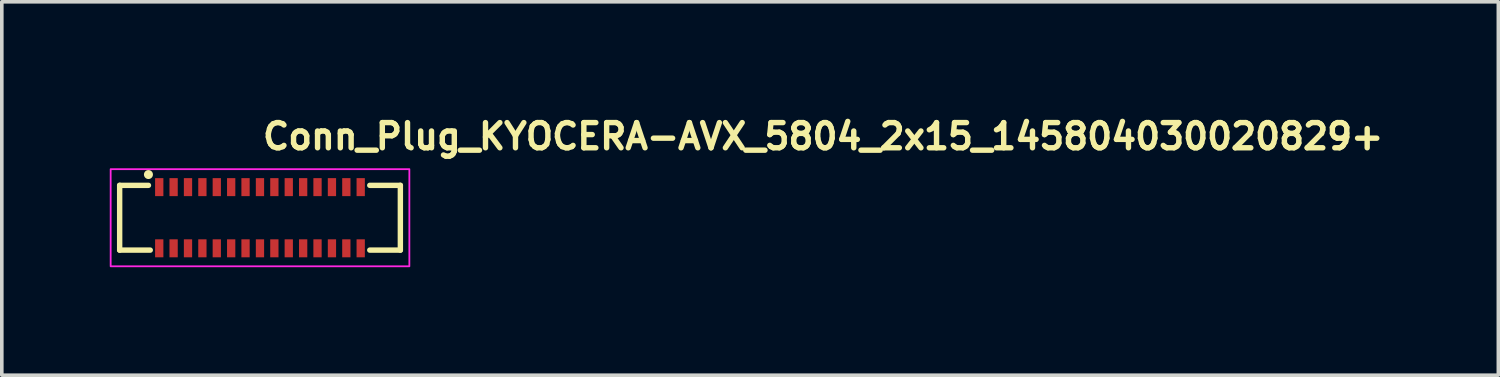
<source format=kicad_pcb>
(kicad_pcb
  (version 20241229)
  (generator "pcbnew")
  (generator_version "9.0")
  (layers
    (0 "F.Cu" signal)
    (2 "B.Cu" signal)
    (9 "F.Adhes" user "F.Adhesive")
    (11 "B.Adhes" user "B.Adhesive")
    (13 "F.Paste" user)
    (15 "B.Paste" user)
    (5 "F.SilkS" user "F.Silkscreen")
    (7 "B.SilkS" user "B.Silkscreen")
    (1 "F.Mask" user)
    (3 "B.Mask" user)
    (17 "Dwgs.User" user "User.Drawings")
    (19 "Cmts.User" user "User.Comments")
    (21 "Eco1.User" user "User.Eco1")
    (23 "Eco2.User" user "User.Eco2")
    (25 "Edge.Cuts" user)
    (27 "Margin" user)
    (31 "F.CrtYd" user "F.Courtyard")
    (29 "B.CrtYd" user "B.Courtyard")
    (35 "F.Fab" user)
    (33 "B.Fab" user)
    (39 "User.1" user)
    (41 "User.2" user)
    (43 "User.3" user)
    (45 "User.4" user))
  (footprint "Conn_Plug_KYOCERA-AVX_5804_2x15_145804030020829+"
    (layer "F.Cu")
    (at 4.175 3)
    (property "Reference" "Conn_Plug_KYOCERA-AVX_5804_2x15_145804030020829+" (at 0 -1.85 0) (layer "F.SilkS") (effects (font (size 0.7 0.7) (thickness 0.15)) (justify left bottom)))
    (attr smd)
    (fp_line (start -3.9 -0.9) (end -3.9 0.9) (stroke (width 0.15) (type solid)) (layer "F.SilkS"))
    (fp_line (start -3.9 -0.9) (end -3.1 -0.9) (stroke (width 0.15) (type solid)) (layer "F.SilkS"))
    (fp_line (start -3.9 0.9) (end -3.05 0.9) (stroke (width 0.15) (type solid)) (layer "F.SilkS"))
    (fp_line (start 3.9 -0.9) (end 3.05 -0.9) (stroke (width 0.15) (type solid)) (layer "F.SilkS"))
    (fp_line (start 3.9 0.9) (end 3.05 0.9) (stroke (width 0.15) (type solid)) (layer "F.SilkS"))
    (fp_line (start 3.9 0.9) (end 3.9 -0.9) (stroke (width 0.15) (type solid)) (layer "F.SilkS"))
    (fp_circle (center -3.1 -1.2) (end -3.05 -1.2) (stroke (width 0.15) (type solid)) (fill yes) (layer "F.SilkS"))
    (fp_rect (start -4.15 -1.35) (end 4.15 1.35) (stroke (width 0.05) (type solid)) (fill no) (layer "F.CrtYd"))
    (fp_rect (start -3.9 -0.9) (end 3.9 0.9) (stroke (width 0.1) (type solid)) (fill no) (layer "User.5"))
    (fp_line (start -3.9 -0.4) (end -3.88 -0.4) (stroke (width 0.02) (type solid)) (layer "User.9"))
    (fp_line (start -3.9 -0.25) (end -3.9 -0.4) (stroke (width 0.02) (type solid)) (layer "User.9"))
    (fp_line (start -3.9 0.25) (end -3.88 0.25) (stroke (width 0.02) (type solid)) (layer "User.9"))
    (fp_line (start -3.9 0.4) (end -3.9 0.25) (stroke (width 0.02) (type solid)) (layer "User.9"))
    (fp_line (start -3.88 -0.562) (end -3.878 -0.567) (stroke (width 0.02) (type solid)) (layer "User.9"))
    (fp_line (start -3.88 -0.557) (end -3.88 -0.562) (stroke (width 0.02) (type solid)) (layer "User.9"))
    (fp_line (start -3.88 -0.557) (end -3.88 -0.4) (stroke (width 0.02) (type solid)) (layer "User.9"))
    (fp_line (start -3.88 -0.557) (end -3.833 -0.548) (stroke (width 0.02) (type solid)) (layer "User.9"))
    (fp_line (start -3.88 -0.4) (end -3.88 -0.25) (stroke (width 0.02) (type solid)) (layer "User.9"))
    (fp_line (start -3.88 -0.25) (end -3.9 -0.25) (stroke (width 0.02) (type solid)) (layer "User.9"))
    (fp_line (start -3.88 0.25) (end -3.88 0.4) (stroke (width 0.02) (type solid)) (layer "User.9"))
    (fp_line (start -3.88 0.25) (end -3.833 0.25) (stroke (width 0.02) (type solid)) (layer "User.9"))
    (fp_line (start -3.88 0.4) (end -3.9 0.4) (stroke (width 0.02) (type solid)) (layer "User.9"))
    (fp_line (start -3.88 0.4) (end -3.88 0.557) (stroke (width 0.02) (type solid)) (layer "User.9"))
    (fp_line (start -3.88 0.557) (end -3.88 0.562) (stroke (width 0.02) (type solid)) (layer "User.9"))
    (fp_line (start -3.88 0.557) (end -3.868 0.555) (stroke (width 0.02) (type solid)) (layer "User.9"))
    (fp_line (start -3.88 0.562) (end -3.878 0.567) (stroke (width 0.02) (type solid)) (layer "User.9"))
    (fp_line (start -3.878 -0.576) (end -3.877 -0.581) (stroke (width 0.02) (type solid)) (layer "User.9"))
    (fp_line (start -3.878 -0.571) (end -3.878 -0.576) (stroke (width 0.02) (type solid)) (layer "User.9"))
    (fp_line (start -3.878 -0.567) (end -3.878 -0.571) (stroke (width 0.02) (type solid)) (layer "User.9"))
    (fp_line (start -3.878 0.567) (end -3.878 0.571) (stroke (width 0.02) (type solid)) (layer "User.9"))
    (fp_line (start -3.878 0.571) (end -3.878 0.576) (stroke (width 0.02) (type solid)) (layer "User.9"))
    (fp_line (start -3.878 0.576) (end -3.877 0.581) (stroke (width 0.02) (type solid)) (layer "User.9"))
    (fp_line (start -3.877 -0.581) (end -3.875 -0.586) (stroke (width 0.02) (type solid)) (layer "User.9"))
    (fp_line (start -3.877 0.581) (end -3.875 0.586) (stroke (width 0.02) (type solid)) (layer "User.9"))
    (fp_line (start -3.875 -0.586) (end -3.874 -0.59) (stroke (width 0.02) (type solid)) (layer "User.9"))
    (fp_line (start -3.875 0.586) (end -3.874 0.59) (stroke (width 0.02) (type solid)) (layer "User.9"))
    (fp_line (start -3.874 -0.59) (end -3.872 -0.595) (stroke (width 0.02) (type solid)) (layer "User.9"))
    (fp_line (start -3.874 0.59) (end -3.872 0.595) (stroke (width 0.02) (type solid)) (layer "User.9"))
    (fp_line (start -3.872 -0.595) (end -3.87 -0.599) (stroke (width 0.02) (type solid)) (layer "User.9"))
    (fp_line (start -3.872 0.595) (end -3.87 0.599) (stroke (width 0.02) (type solid)) (layer "User.9"))
    (fp_line (start -3.87 -0.599) (end -3.868 -0.604) (stroke (width 0.02) (type solid)) (layer "User.9"))
    (fp_line (start -3.87 0.599) (end -3.868 0.604) (stroke (width 0.02) (type solid)) (layer "User.9"))
    (fp_line (start -3.868 -0.604) (end -3.865 -0.608) (stroke (width 0.02) (type solid)) (layer "User.9"))
    (fp_line (start -3.868 0.555) (end -3.833 0.548) (stroke (width 0.02) (type solid)) (layer "User.9"))
    (fp_line (start -3.868 0.604) (end -3.865 0.608) (stroke (width 0.02) (type solid)) (layer "User.9"))
    (fp_line (start -3.865 -0.608) (end -3.862 -0.612) (stroke (width 0.02) (type solid)) (layer "User.9"))
    (fp_line (start -3.865 0.608) (end -3.862 0.612) (stroke (width 0.02) (type solid)) (layer "User.9"))
    (fp_line (start -3.862 -0.612) (end -3.859 -0.616) (stroke (width 0.02) (type solid)) (layer "User.9"))
    (fp_line (start -3.862 0.612) (end -3.859 0.616) (stroke (width 0.02) (type solid)) (layer "User.9"))
    (fp_line (start -3.859 -0.616) (end -3.856 -0.62) (stroke (width 0.02) (type solid)) (layer "User.9"))
    (fp_line (start -3.859 0.616) (end -3.856 0.62) (stroke (width 0.02) (type solid)) (layer "User.9"))
    (fp_line (start -3.856 -0.62) (end -3.852 -0.624) (stroke (width 0.02) (type solid)) (layer "User.9"))
    (fp_line (start -3.856 0.62) (end -3.852 0.624) (stroke (width 0.02) (type solid)) (layer "User.9"))
    (fp_line (start -3.852 -0.624) (end -3.849 -0.627) (stroke (width 0.02) (type solid)) (layer "User.9"))
    (fp_line (start -3.852 0.624) (end -3.849 0.627) (stroke (width 0.02) (type solid)) (layer "User.9"))
    (fp_line (start -3.849 -0.627) (end -3.846 -0.631) (stroke (width 0.02) (type solid)) (layer "User.9"))
    (fp_line (start -3.849 0.627) (end -3.846 0.631) (stroke (width 0.02) (type solid)) (layer "User.9"))
    (fp_line (start -3.846 -0.631) (end -3.842 -0.634) (stroke (width 0.02) (type solid)) (layer "User.9"))
    (fp_line (start -3.846 0.631) (end -3.842 0.634) (stroke (width 0.02) (type solid)) (layer "User.9"))
    (fp_line (start -3.842 -0.634) (end -3.839 -0.637) (stroke (width 0.02) (type solid)) (layer "User.9"))
    (fp_line (start -3.842 0.634) (end -3.839 0.637) (stroke (width 0.02) (type solid)) (layer "User.9"))
    (fp_line (start -3.839 -0.637) (end -3.835 -0.64) (stroke (width 0.02) (type solid)) (layer "User.9"))
    (fp_line (start -3.839 0.637) (end -3.835 0.64) (stroke (width 0.02) (type solid)) (layer "User.9"))
    (fp_line (start -3.835 -0.64) (end -3.83 -0.643) (stroke (width 0.02) (type solid)) (layer "User.9"))
    (fp_line (start -3.835 0.64) (end -3.83 0.643) (stroke (width 0.02) (type solid)) (layer "User.9"))
    (fp_line (start -3.833 -0.548) (end -3.83 -0.553) (stroke (width 0.02) (type solid)) (layer "User.9"))
    (fp_line (start -3.833 -0.25) (end -3.88 -0.25) (stroke (width 0.02) (type solid)) (layer "User.9"))
    (fp_line (start -3.833 0.25) (end -3.81 0.25) (stroke (width 0.02) (type solid)) (layer "User.9"))
    (fp_line (start -3.83 -0.643) (end -3.826 -0.645) (stroke (width 0.02) (type solid)) (layer "User.9"))
    (fp_line (start -3.83 -0.553) (end -3.827 -0.557) (stroke (width 0.02) (type solid)) (layer "User.9"))
    (fp_line (start -3.83 0.553) (end -3.833 0.548) (stroke (width 0.02) (type solid)) (layer "User.9"))
    (fp_line (start -3.83 0.643) (end -3.826 0.645) (stroke (width 0.02) (type solid)) (layer "User.9"))
    (fp_line (start -3.827 -0.557) (end -3.825 -0.562) (stroke (width 0.02) (type solid)) (layer "User.9"))
    (fp_line (start -3.827 0.557) (end -3.83 0.553) (stroke (width 0.02) (type solid)) (layer "User.9"))
    (fp_line (start -3.826 -0.645) (end -3.822 -0.648) (stroke (width 0.02) (type solid)) (layer "User.9"))
    (fp_line (start -3.826 0.645) (end -3.822 0.648) (stroke (width 0.02) (type solid)) (layer "User.9"))
    (fp_line (start -3.825 -0.562) (end -3.82 -0.566) (stroke (width 0.02) (type solid)) (layer "User.9"))
    (fp_line (start -3.825 0.562) (end -3.827 0.557) (stroke (width 0.02) (type solid)) (layer "User.9"))
    (fp_line (start -3.822 -0.648) (end -3.817 -0.65) (stroke (width 0.02) (type solid)) (layer "User.9"))
    (fp_line (start -3.822 0.648) (end -3.817 0.65) (stroke (width 0.02) (type solid)) (layer "User.9"))
    (fp_line (start -3.82 -0.566) (end -3.817 -0.571) (stroke (width 0.02) (type solid)) (layer "User.9"))
    (fp_line (start -3.82 0.566) (end -3.825 0.562) (stroke (width 0.02) (type solid)) (layer "User.9"))
    (fp_line (start -3.817 -0.65) (end -3.813 -0.652) (stroke (width 0.02) (type solid)) (layer "User.9"))
    (fp_line (start -3.817 -0.571) (end -3.814 -0.575) (stroke (width 0.02) (type solid)) (layer "User.9"))
    (fp_line (start -3.817 0.571) (end -3.82 0.566) (stroke (width 0.02) (type solid)) (layer "User.9"))
    (fp_line (start -3.817 0.65) (end -3.813 0.652) (stroke (width 0.02) (type solid)) (layer "User.9"))
    (fp_line (start -3.814 -0.575) (end -3.81 -0.579) (stroke (width 0.02) (type solid)) (layer "User.9"))
    (fp_line (start -3.814 0.575) (end -3.817 0.571) (stroke (width 0.02) (type solid)) (layer "User.9"))
    (fp_line (start -3.813 -0.652) (end -3.807 -0.653) (stroke (width 0.02) (type solid)) (layer "User.9"))
    (fp_line (start -3.813 0.652) (end -3.807 0.653) (stroke (width 0.02) (type solid)) (layer "User.9"))
    (fp_line (start -3.81 -0.579) (end -3.806 -0.583) (stroke (width 0.02) (type solid)) (layer "User.9"))
    (fp_line (start -3.81 -0.25) (end -3.833 -0.25) (stroke (width 0.02) (type solid)) (layer "User.9"))
    (fp_line (start -3.81 0.25) (end -3.81 -0.25) (stroke (width 0.02) (type solid)) (layer "User.9"))
    (fp_line (start -3.81 0.579) (end -3.814 0.575) (stroke (width 0.02) (type solid)) (layer "User.9"))
    (fp_line (start -3.807 -0.653) (end -3.803 -0.655) (stroke (width 0.02) (type solid)) (layer "User.9"))
    (fp_line (start -3.807 0.653) (end -3.803 0.655) (stroke (width 0.02) (type solid)) (layer "User.9"))
    (fp_line (start -3.806 -0.583) (end -3.801 -0.587) (stroke (width 0.02) (type solid)) (layer "User.9"))
    (fp_line (start -3.806 0.583) (end -3.81 0.579) (stroke (width 0.02) (type solid)) (layer "User.9"))
    (fp_line (start -3.803 -0.655) (end -3.798 -0.656) (stroke (width 0.02) (type solid)) (layer "User.9"))
    (fp_line (start -3.803 0.655) (end -3.798 0.656) (stroke (width 0.02) (type solid)) (layer "User.9"))
    (fp_line (start -3.801 -0.587) (end -3.798 -0.591) (stroke (width 0.02) (type solid)) (layer "User.9"))
    (fp_line (start -3.801 0.587) (end -3.806 0.583) (stroke (width 0.02) (type solid)) (layer "User.9"))
    (fp_line (start -3.798 -0.656) (end -3.794 -0.656) (stroke (width 0.02) (type solid)) (layer "User.9"))
    (fp_line (start -3.798 -0.591) (end -3.793 -0.595) (stroke (width 0.02) (type solid)) (layer "User.9"))
    (fp_line (start -3.798 0.591) (end -3.801 0.587) (stroke (width 0.02) (type solid)) (layer "User.9"))
    (fp_line (start -3.798 0.656) (end -3.794 0.656) (stroke (width 0.02) (type solid)) (layer "User.9"))
    (fp_line (start -3.794 -0.656) (end -3.788 -0.657) (stroke (width 0.02) (type solid)) (layer "User.9"))
    (fp_line (start -3.794 0.656) (end -3.788 0.657) (stroke (width 0.02) (type solid)) (layer "User.9"))
    (fp_line (start -3.793 -0.595) (end -3.788 -0.599) (stroke (width 0.02) (type solid)) (layer "User.9"))
    (fp_line (start -3.793 0.595) (end -3.798 0.591) (stroke (width 0.02) (type solid)) (layer "User.9"))
    (fp_line (start -3.788 -0.657) (end -3.784 -0.657) (stroke (width 0.02) (type solid)) (layer "User.9"))
    (fp_line (start -3.788 -0.599) (end -3.784 -0.602) (stroke (width 0.02) (type solid)) (layer "User.9"))
    (fp_line (start -3.788 0.599) (end -3.793 0.595) (stroke (width 0.02) (type solid)) (layer "User.9"))
    (fp_line (start -3.788 0.657) (end -3.784 0.657) (stroke (width 0.02) (type solid)) (layer "User.9"))
    (fp_line (start -3.784 -0.657) (end -3.779 -0.657) (stroke (width 0.02) (type solid)) (layer "User.9"))
    (fp_line (start -3.784 -0.602) (end -3.779 -0.605) (stroke (width 0.02) (type solid)) (layer "User.9"))
    (fp_line (start -3.784 0.602) (end -3.788 0.599) (stroke (width 0.02) (type solid)) (layer "User.9"))
    (fp_line (start -3.784 0.657) (end -3.779 0.657) (stroke (width 0.02) (type solid)) (layer "User.9"))
    (fp_line (start -3.779 -0.657) (end -3.769 -0.611) (stroke (width 0.02) (type solid)) (layer "User.9"))
    (fp_line (start -3.779 -0.657) (end -3.349 -0.657) (stroke (width 0.02) (type solid)) (layer "User.9"))
    (fp_line (start -3.779 -0.605) (end -3.775 -0.609) (stroke (width 0.02) (type solid)) (layer "User.9"))
    (fp_line (start -3.779 0.605) (end -3.784 0.602) (stroke (width 0.02) (type solid)) (layer "User.9"))
    (fp_line (start -3.779 0.657) (end -3.769 0.611) (stroke (width 0.02) (type solid)) (layer "User.9"))
    (fp_line (start -3.775 -0.609) (end -3.769 -0.611) (stroke (width 0.02) (type solid)) (layer "User.9"))
    (fp_line (start -3.775 0.609) (end -3.779 0.605) (stroke (width 0.02) (type solid)) (layer "User.9"))
    (fp_line (start -3.769 -0.611) (end -3.349 -0.61) (stroke (width 0.02) (type solid)) (layer "User.9"))
    (fp_line (start -3.769 0.611) (end -3.775 0.609) (stroke (width 0.02) (type solid)) (layer "User.9"))
    (fp_line (start -3.763 -0.477) (end -3.761 -0.482) (stroke (width 0.02) (type solid)) (layer "User.9"))
    (fp_line (start -3.763 0.477) (end -3.756 0.477) (stroke (width 0.02) (type solid)) (layer "User.9"))
    (fp_line (start -3.761 -0.482) (end -3.758 -0.487) (stroke (width 0.02) (type solid)) (layer "User.9"))
    (fp_line (start -3.761 0.482) (end -3.763 0.477) (stroke (width 0.02) (type solid)) (layer "User.9"))
    (fp_line (start -3.758 -0.487) (end -3.753 -0.492) (stroke (width 0.02) (type solid)) (layer "User.9"))
    (fp_line (start -3.758 0.487) (end -3.761 0.482) (stroke (width 0.02) (type solid)) (layer "User.9"))
    (fp_line (start -3.756 -0.477) (end -3.763 -0.477) (stroke (width 0.02) (type solid)) (layer "User.9"))
    (fp_line (start -3.756 0.477) (end -3.75 0.478) (stroke (width 0.02) (type solid)) (layer "User.9"))
    (fp_line (start -3.753 -0.492) (end -3.75 -0.497) (stroke (width 0.02) (type solid)) (layer "User.9"))
    (fp_line (start -3.753 0.492) (end -3.758 0.487) (stroke (width 0.02) (type solid)) (layer "User.9"))
    (fp_line (start -3.75 -0.497) (end -3.747 -0.501) (stroke (width 0.02) (type solid)) (layer "User.9"))
    (fp_line (start -3.75 -0.478) (end -3.756 -0.477) (stroke (width 0.02) (type solid)) (layer "User.9"))
    (fp_line (start -3.75 0.478) (end -3.742 0.478) (stroke (width 0.02) (type solid)) (layer "User.9"))
    (fp_line (start -3.75 0.497) (end -3.753 0.492) (stroke (width 0.02) (type solid)) (layer "User.9"))
    (fp_line (start -3.747 -0.501) (end -3.743 -0.506) (stroke (width 0.02) (type solid)) (layer "User.9"))
    (fp_line (start -3.747 0.501) (end -3.75 0.497) (stroke (width 0.02) (type solid)) (layer "User.9"))
    (fp_line (start -3.743 -0.506) (end -3.74 -0.51) (stroke (width 0.02) (type solid)) (layer "User.9"))
    (fp_line (start -3.743 0.506) (end -3.747 0.501) (stroke (width 0.02) (type solid)) (layer "User.9"))
    (fp_line (start -3.742 -0.478) (end -3.75 -0.478) (stroke (width 0.02) (type solid)) (layer "User.9"))
    (fp_line (start -3.742 0.478) (end -3.734 0.479) (stroke (width 0.02) (type solid)) (layer "User.9"))
    (fp_line (start -3.74 -0.51) (end -3.736 -0.514) (stroke (width 0.02) (type solid)) (layer "User.9"))
    (fp_line (start -3.74 0.51) (end -3.743 0.506) (stroke (width 0.02) (type solid)) (layer "User.9"))
    (fp_line (start -3.736 -0.514) (end -3.731 -0.518) (stroke (width 0.02) (type solid)) (layer "User.9"))
    (fp_line (start -3.736 0.514) (end -3.74 0.51) (stroke (width 0.02) (type solid)) (layer "User.9"))
    (fp_line (start -3.734 -0.479) (end -3.742 -0.478) (stroke (width 0.02) (type solid)) (layer "User.9"))
    (fp_line (start -3.734 0.479) (end -3.726 0.48) (stroke (width 0.02) (type solid)) (layer "User.9"))
    (fp_line (start -3.731 -0.518) (end -3.727 -0.522) (stroke (width 0.02) (type solid)) (layer "User.9"))
    (fp_line (start -3.731 0.518) (end -3.736 0.514) (stroke (width 0.02) (type solid)) (layer "User.9"))
    (fp_line (start -3.727 -0.522) (end -3.724 -0.525) (stroke (width 0.02) (type solid)) (layer "User.9"))
    (fp_line (start -3.727 0.522) (end -3.731 0.518) (stroke (width 0.02) (type solid)) (layer "User.9"))
    (fp_line (start -3.726 -0.48) (end -3.734 -0.479) (stroke (width 0.02) (type solid)) (layer "User.9"))
    (fp_line (start -3.726 0.48) (end -3.718 0.481) (stroke (width 0.02) (type solid)) (layer "User.9"))
    (fp_line (start -3.724 -0.525) (end -3.718 -0.529) (stroke (width 0.02) (type solid)) (layer "User.9"))
    (fp_line (start -3.724 0.525) (end -3.727 0.522) (stroke (width 0.02) (type solid)) (layer "User.9"))
    (fp_line (start -3.718 -0.529) (end -3.715 -0.532) (stroke (width 0.02) (type solid)) (layer "User.9"))
    (fp_line (start -3.718 -0.481) (end -3.726 -0.48) (stroke (width 0.02) (type solid)) (layer "User.9"))
    (fp_line (start -3.718 0.481) (end -3.708 0.482) (stroke (width 0.02) (type solid)) (layer "User.9"))
    (fp_line (start -3.718 0.529) (end -3.724 0.525) (stroke (width 0.02) (type solid)) (layer "User.9"))
    (fp_line (start -3.715 -0.532) (end -3.71 -0.535) (stroke (width 0.02) (type solid)) (layer "User.9"))
    (fp_line (start -3.715 0.532) (end -3.718 0.529) (stroke (width 0.02) (type solid)) (layer "User.9"))
    (fp_line (start -3.71 -0.535) (end -3.705 -0.538) (stroke (width 0.02) (type solid)) (layer "User.9"))
    (fp_line (start -3.71 0.535) (end -3.715 0.532) (stroke (width 0.02) (type solid)) (layer "User.9"))
    (fp_line (start -3.708 -0.482) (end -3.718 -0.481) (stroke (width 0.02) (type solid)) (layer "User.9"))
    (fp_line (start -3.708 0.482) (end -3.7 0.484) (stroke (width 0.02) (type solid)) (layer "User.9"))
    (fp_line (start -3.705 -0.538) (end -3.7 -0.541) (stroke (width 0.02) (type solid)) (layer "User.9"))
    (fp_line (start -3.705 0.538) (end -3.71 0.535) (stroke (width 0.02) (type solid)) (layer "User.9"))
    (fp_line (start -3.7 -0.541) (end -3.7 -0.484) (stroke (width 0.02) (type solid)) (layer "User.9"))
    (fp_line (start -3.7 -0.484) (end -3.708 -0.482) (stroke (width 0.02) (type solid)) (layer "User.9"))
    (fp_line (start -3.7 0.484) (end -3.7 -0.484) (stroke (width 0.02) (type solid)) (layer "User.9"))
    (fp_line (start -3.7 0.541) (end -3.705 0.538) (stroke (width 0.02) (type solid)) (layer "User.9"))
    (fp_line (start -3.7 0.541) (end -3.7 0.484) (stroke (width 0.02) (type solid)) (layer "User.9"))
    (fp_line (start -3.5 -0.425) (end -3.499 -0.419) (stroke (width 0.02) (type solid)) (layer "User.9"))
    (fp_line (start -3.5 -0.425) (end -3.471 -0.425) (stroke (width 0.02) (type solid)) (layer "User.9"))
    (fp_line (start -3.5 0.425) (end -3.5 -0.425) (stroke (width 0.02) (type solid)) (layer "User.9"))
    (fp_line (start -3.499 -0.419) (end -3.499 -0.413) (stroke (width 0.02) (type solid)) (layer "User.9"))
    (fp_line (start -3.499 -0.413) (end -3.499 -0.407) (stroke (width 0.02) (type solid)) (layer "User.9"))
    (fp_line (start -3.499 -0.407) (end -3.497 -0.401) (stroke (width 0.02) (type solid)) (layer "User.9"))
    (fp_line (start -3.499 0.406) (end -3.499 0.412) (stroke (width 0.02) (type solid)) (layer "User.9"))
    (fp_line (start -3.499 0.412) (end -3.499 0.418) (stroke (width 0.02) (type solid)) (layer "User.9"))
    (fp_line (start -3.499 0.418) (end -3.5 0.425) (stroke (width 0.02) (type solid)) (layer "User.9"))
    (fp_line (start -3.497 -0.401) (end -3.497 -0.395) (stroke (width 0.02) (type solid)) (layer "User.9"))
    (fp_line (start -3.497 -0.395) (end -3.497 -0.389) (stroke (width 0.02) (type solid)) (layer "User.9"))
    (fp_line (start -3.497 -0.389) (end -3.496 -0.383) (stroke (width 0.02) (type solid)) (layer "User.9"))
    (fp_line (start -3.497 0.389) (end -3.497 0.394) (stroke (width 0.02) (type solid)) (layer "User.9"))
    (fp_line (start -3.497 0.394) (end -3.497 0.4) (stroke (width 0.02) (type solid)) (layer "User.9"))
    (fp_line (start -3.497 0.4) (end -3.499 0.406) (stroke (width 0.02) (type solid)) (layer "User.9"))
    (fp_line (start -3.496 -0.383) (end -3.493 -0.377) (stroke (width 0.02) (type solid)) (layer "User.9"))
    (fp_line (start -3.496 0.383) (end -3.497 0.389) (stroke (width 0.02) (type solid)) (layer "User.9"))
    (fp_line (start -3.493 -0.377) (end -3.493 -0.372) (stroke (width 0.02) (type solid)) (layer "User.9"))
    (fp_line (start -3.493 -0.372) (end -3.49 -0.366) (stroke (width 0.02) (type solid)) (layer "User.9"))
    (fp_line (start -3.493 0.372) (end -3.493 0.377) (stroke (width 0.02) (type solid)) (layer "User.9"))
    (fp_line (start -3.493 0.377) (end -3.496 0.383) (stroke (width 0.02) (type solid)) (layer "User.9"))
    (fp_line (start -3.49 -0.366) (end -3.49 -0.36) (stroke (width 0.02) (type solid)) (layer "User.9"))
    (fp_line (start -3.49 -0.36) (end -3.487 -0.355) (stroke (width 0.02) (type solid)) (layer "User.9"))
    (fp_line (start -3.49 0.361) (end -3.49 0.366) (stroke (width 0.02) (type solid)) (layer "User.9"))
    (fp_line (start -3.49 0.366) (end -3.493 0.372) (stroke (width 0.02) (type solid)) (layer "User.9"))
    (fp_line (start -3.487 -0.355) (end -3.486 -0.35) (stroke (width 0.02) (type solid)) (layer "User.9"))
    (fp_line (start -3.487 0.355) (end -3.49 0.361) (stroke (width 0.02) (type solid)) (layer "User.9"))
    (fp_line (start -3.486 -0.35) (end -3.484 -0.344) (stroke (width 0.02) (type solid)) (layer "User.9"))
    (fp_line (start -3.486 0.35) (end -3.487 0.355) (stroke (width 0.02) (type solid)) (layer "User.9"))
    (fp_line (start -3.484 -0.344) (end -3.481 -0.34) (stroke (width 0.02) (type solid)) (layer "User.9"))
    (fp_line (start -3.484 0.345) (end -3.486 0.35) (stroke (width 0.02) (type solid)) (layer "User.9"))
    (fp_line (start -3.481 -0.34) (end -3.479 -0.335) (stroke (width 0.02) (type solid)) (layer "User.9"))
    (fp_line (start -3.481 0.34) (end -3.484 0.345) (stroke (width 0.02) (type solid)) (layer "User.9"))
    (fp_line (start -3.479 -0.335) (end -3.479 -0.335) (stroke (width 0.02) (type solid)) (layer "User.9"))
    (fp_line (start -3.479 -0.335) (end -3.477 -0.332) (stroke (width 0.02) (type solid)) (layer "User.9"))
    (fp_line (start -3.479 0.335) (end -3.481 0.34) (stroke (width 0.02) (type solid)) (layer "User.9"))
    (fp_line (start -3.479 0.335) (end -3.479 0.335) (stroke (width 0.02) (type solid)) (layer "User.9"))
    (fp_line (start -3.477 -0.332) (end -3.474 -0.329) (stroke (width 0.02) (type solid)) (layer "User.9"))
    (fp_line (start -3.477 0.332) (end -3.479 0.335) (stroke (width 0.02) (type solid)) (layer "User.9"))
    (fp_line (start -3.474 -0.329) (end -3.473 -0.326) (stroke (width 0.02) (type solid)) (layer "User.9"))
    (fp_line (start -3.474 0.329) (end -3.477 0.332) (stroke (width 0.02) (type solid)) (layer "User.9"))
    (fp_line (start -3.473 -0.326) (end -3.471 -0.323) (stroke (width 0.02) (type solid)) (layer "User.9"))
    (fp_line (start -3.473 0.326) (end -3.474 0.329) (stroke (width 0.02) (type solid)) (layer "User.9"))
    (fp_line (start -3.471 -0.541) (end -3.468 -0.538) (stroke (width 0.02) (type solid)) (layer "User.9"))
    (fp_line (start -3.471 -0.323) (end -3.468 -0.32) (stroke (width 0.02) (type solid)) (layer "User.9"))
    (fp_line (start -3.471 0.323) (end -3.473 0.326) (stroke (width 0.02) (type solid)) (layer "User.9"))
    (fp_line (start -3.471 0.425) (end -3.5 0.425) (stroke (width 0.02) (type solid)) (layer "User.9"))
    (fp_line (start -3.471 0.425) (end -3.429 0.425) (stroke (width 0.02) (type solid)) (layer "User.9"))
    (fp_line (start -3.471 0.541) (end -3.349 0.61) (stroke (width 0.02) (type solid)) (layer "User.9"))
    (fp_line (start -3.468 -0.538) (end -3.465 -0.535) (stroke (width 0.02) (type solid)) (layer "User.9"))
    (fp_line (start -3.468 -0.32) (end -3.466 -0.317) (stroke (width 0.02) (type solid)) (layer "User.9"))
    (fp_line (start -3.468 0.32) (end -3.471 0.323) (stroke (width 0.02) (type solid)) (layer "User.9"))
    (fp_line (start -3.468 0.538) (end -3.471 0.541) (stroke (width 0.02) (type solid)) (layer "User.9"))
    (fp_line (start -3.466 -0.317) (end -3.463 -0.314) (stroke (width 0.02) (type solid)) (layer "User.9"))
    (fp_line (start -3.466 0.317) (end -3.468 0.32) (stroke (width 0.02) (type solid)) (layer "User.9"))
    (fp_line (start -3.465 -0.535) (end -3.461 -0.532) (stroke (width 0.02) (type solid)) (layer "User.9"))
    (fp_line (start -3.465 0.535) (end -3.468 0.538) (stroke (width 0.02) (type solid)) (layer "User.9"))
    (fp_line (start -3.463 -0.314) (end -3.461 -0.311) (stroke (width 0.02) (type solid)) (layer "User.9"))
    (fp_line (start -3.463 0.314) (end -3.466 0.317) (stroke (width 0.02) (type solid)) (layer "User.9"))
    (fp_line (start -3.461 -0.532) (end -3.458 -0.528) (stroke (width 0.02) (type solid)) (layer "User.9"))
    (fp_line (start -3.461 -0.311) (end -3.457 -0.309) (stroke (width 0.02) (type solid)) (layer "User.9"))
    (fp_line (start -3.461 0.312) (end -3.463 0.314) (stroke (width 0.02) (type solid)) (layer "User.9"))
    (fp_line (start -3.461 0.532) (end -3.465 0.535) (stroke (width 0.02) (type solid)) (layer "User.9"))
    (fp_line (start -3.458 -0.528) (end -3.457 -0.525) (stroke (width 0.02) (type solid)) (layer "User.9"))
    (fp_line (start -3.458 0.528) (end -3.461 0.532) (stroke (width 0.02) (type solid)) (layer "User.9"))
    (fp_line (start -3.457 -0.525) (end -3.454 -0.522) (stroke (width 0.02) (type solid)) (layer "User.9"))
    (fp_line (start -3.457 -0.309) (end -3.455 -0.308) (stroke (width 0.02) (type solid)) (layer "User.9"))
    (fp_line (start -3.457 0.309) (end -3.461 0.312) (stroke (width 0.02) (type solid)) (layer "User.9"))
    (fp_line (start -3.457 0.525) (end -3.458 0.528) (stroke (width 0.02) (type solid)) (layer "User.9"))
    (fp_line (start -3.455 -0.308) (end -3.454 -0.307) (stroke (width 0.02) (type solid)) (layer "User.9"))
    (fp_line (start -3.454 -0.522) (end -3.451 -0.518) (stroke (width 0.02) (type solid)) (layer "User.9"))
    (fp_line (start -3.454 -0.307) (end -3.452 -0.306) (stroke (width 0.02) (type solid)) (layer "User.9"))
    (fp_line (start -3.454 0.307) (end -3.457 0.309) (stroke (width 0.02) (type solid)) (layer "User.9"))
    (fp_line (start -3.454 0.522) (end -3.457 0.525) (stroke (width 0.02) (type solid)) (layer "User.9"))
    (fp_line (start -3.452 -0.306) (end -3.451 -0.305) (stroke (width 0.02) (type solid)) (layer "User.9"))
    (fp_line (start -3.452 0.306) (end -3.454 0.307) (stroke (width 0.02) (type solid)) (layer "User.9"))
    (fp_line (start -3.451 -0.518) (end -3.448 -0.515) (stroke (width 0.02) (type solid)) (layer "User.9"))
    (fp_line (start -3.451 -0.305) (end -3.448 -0.304) (stroke (width 0.02) (type solid)) (layer "User.9"))
    (fp_line (start -3.451 0.305) (end -3.452 0.306) (stroke (width 0.02) (type solid)) (layer "User.9"))
    (fp_line (start -3.451 0.518) (end -3.454 0.522) (stroke (width 0.02) (type solid)) (layer "User.9"))
    (fp_line (start -3.448 -0.515) (end -3.445 -0.511) (stroke (width 0.02) (type solid)) (layer "User.9"))
    (fp_line (start -3.448 -0.304) (end -3.447 -0.303) (stroke (width 0.02) (type solid)) (layer "User.9"))
    (fp_line (start -3.448 0.304) (end -3.451 0.305) (stroke (width 0.02) (type solid)) (layer "User.9"))
    (fp_line (start -3.448 0.515) (end -3.451 0.518) (stroke (width 0.02) (type solid)) (layer "User.9"))
    (fp_line (start -3.447 -0.303) (end -3.445 -0.302) (stroke (width 0.02) (type solid)) (layer "User.9"))
    (fp_line (start -3.447 0.303) (end -3.448 0.304) (stroke (width 0.02) (type solid)) (layer "User.9"))
    (fp_line (start -3.445 -0.511) (end -3.444 -0.507) (stroke (width 0.02) (type solid)) (layer "User.9"))
    (fp_line (start -3.445 -0.302) (end -3.444 -0.301) (stroke (width 0.02) (type solid)) (layer "User.9"))
    (fp_line (start -3.445 0.302) (end -3.447 0.303) (stroke (width 0.02) (type solid)) (layer "User.9"))
    (fp_line (start -3.445 0.511) (end -3.448 0.515) (stroke (width 0.02) (type solid)) (layer "User.9"))
    (fp_line (start -3.444 -0.507) (end -3.442 -0.504) (stroke (width 0.02) (type solid)) (layer "User.9"))
    (fp_line (start -3.444 -0.301) (end -3.442 -0.301) (stroke (width 0.02) (type solid)) (layer "User.9"))
    (fp_line (start -3.444 0.302) (end -3.445 0.302) (stroke (width 0.02) (type solid)) (layer "User.9"))
    (fp_line (start -3.444 0.507) (end -3.445 0.511) (stroke (width 0.02) (type solid)) (layer "User.9"))
    (fp_line (start -3.442 -0.504) (end -3.439 -0.5) (stroke (width 0.02) (type solid)) (layer "User.9"))
    (fp_line (start -3.442 -0.301) (end -3.439 -0.3) (stroke (width 0.02) (type solid)) (layer "User.9"))
    (fp_line (start -3.442 0.301) (end -3.444 0.302) (stroke (width 0.02) (type solid)) (layer "User.9"))
    (fp_line (start -3.442 0.504) (end -3.444 0.507) (stroke (width 0.02) (type solid)) (layer "User.9"))
    (fp_line (start -3.439 -0.5) (end -3.436 -0.496) (stroke (width 0.02) (type solid)) (layer "User.9"))
    (fp_line (start -3.439 -0.3) (end -3.438 -0.3) (stroke (width 0.02) (type solid)) (layer "User.9"))
    (fp_line (start -3.439 0.301) (end -3.442 0.301) (stroke (width 0.02) (type solid)) (layer "User.9"))
    (fp_line (start -3.439 0.5) (end -3.442 0.504) (stroke (width 0.02) (type solid)) (layer "User.9"))
    (fp_line (start -3.438 -0.3) (end -3.436 -0.3) (stroke (width 0.02) (type solid)) (layer "User.9"))
    (fp_line (start -3.438 0.3) (end -3.439 0.301) (stroke (width 0.02) (type solid)) (layer "User.9"))
    (fp_line (start -3.436 -0.496) (end -3.435 -0.492) (stroke (width 0.02) (type solid)) (layer "User.9"))
    (fp_line (start -3.436 -0.3) (end -3.432 -0.3) (stroke (width 0.02) (type solid)) (layer "User.9"))
    (fp_line (start -3.436 0.3) (end -3.438 0.3) (stroke (width 0.02) (type solid)) (layer "User.9"))
    (fp_line (start -3.436 0.496) (end -3.439 0.5) (stroke (width 0.02) (type solid)) (layer "User.9"))
    (fp_line (start -3.435 -0.492) (end -3.432 -0.488) (stroke (width 0.02) (type solid)) (layer "User.9"))
    (fp_line (start -3.435 0.492) (end -3.436 0.496) (stroke (width 0.02) (type solid)) (layer "User.9"))
    (fp_line (start -3.432 -0.488) (end -3.429 -0.484) (stroke (width 0.02) (type solid)) (layer "User.9"))
    (fp_line (start -3.432 -0.3) (end -3.431 -0.3) (stroke (width 0.02) (type solid)) (layer "User.9"))
    (fp_line (start -3.432 0.3) (end -3.436 0.3) (stroke (width 0.02) (type solid)) (layer "User.9"))
    (fp_line (start -3.432 0.488) (end -3.435 0.492) (stroke (width 0.02) (type solid)) (layer "User.9"))
    (fp_line (start -3.431 -0.3) (end 3.432 -0.3) (stroke (width 0.02) (type solid)) (layer "User.9"))
    (fp_line (start -3.431 0.3) (end -3.432 0.3) (stroke (width 0.02) (type solid)) (layer "User.9"))
    (fp_line (start -3.429 -0.484) (end -3.349 -0.532) (stroke (width 0.02) (type solid)) (layer "User.9"))
    (fp_line (start -3.429 -0.425) (end -3.471 -0.425) (stroke (width 0.02) (type solid)) (layer "User.9"))
    (fp_line (start -3.429 0.425) (end -3.349 0.425) (stroke (width 0.02) (type solid)) (layer "User.9"))
    (fp_line (start -3.429 0.484) (end -3.432 0.488) (stroke (width 0.02) (type solid)) (layer "User.9"))
    (fp_line (start -3.349 -0.657) (end -3.15 -0.569) (stroke (width 0.02) (type solid)) (layer "User.9"))
    (fp_line (start -3.349 -0.61) (end -3.471 -0.541) (stroke (width 0.02) (type solid)) (layer "User.9"))
    (fp_line (start -3.349 -0.61) (end -3.349 -0.657) (stroke (width 0.02) (type solid)) (layer "User.9"))
    (fp_line (start -3.349 -0.586) (end -3.349 -0.61) (stroke (width 0.02) (type solid)) (layer "User.9"))
    (fp_line (start -3.349 -0.532) (end -3.349 -0.586) (stroke (width 0.02) (type solid)) (layer "User.9"))
    (fp_line (start -3.349 -0.425) (end -3.429 -0.425) (stroke (width 0.02) (type solid)) (layer "User.9"))
    (fp_line (start -3.349 -0.425) (end -3.349 -0.532) (stroke (width 0.02) (type solid)) (layer "User.9"))
    (fp_line (start -3.349 -0.3) (end -3.349 0.3) (stroke (width 0.02) (type solid)) (layer "User.9"))
    (fp_line (start -3.349 0.532) (end -3.429 0.484) (stroke (width 0.02) (type solid)) (layer "User.9"))
    (fp_line (start -3.349 0.532) (end -3.349 0.425) (stroke (width 0.02) (type solid)) (layer "User.9"))
    (fp_line (start -3.349 0.539) (end -3.349 0.532) (stroke (width 0.02) (type solid)) (layer "User.9"))
    (fp_line (start -3.349 0.61) (end -3.769 0.611) (stroke (width 0.02) (type solid)) (layer "User.9"))
    (fp_line (start -3.349 0.61) (end -3.348 0.586) (stroke (width 0.02) (type solid)) (layer "User.9"))
    (fp_line (start -3.349 0.657) (end -3.779 0.657) (stroke (width 0.02) (type solid)) (layer "User.9"))
    (fp_line (start -3.349 0.657) (end -3.349 0.61) (stroke (width 0.02) (type solid)) (layer "User.9"))
    (fp_line (start -3.348 0.546) (end -3.349 0.539) (stroke (width 0.02) (type solid)) (layer "User.9"))
    (fp_line (start -3.348 0.553) (end -3.348 0.546) (stroke (width 0.02) (type solid)) (layer "User.9"))
    (fp_line (start -3.348 0.56) (end -3.348 0.553) (stroke (width 0.02) (type solid)) (layer "User.9"))
    (fp_line (start -3.348 0.566) (end -3.348 0.56) (stroke (width 0.02) (type solid)) (layer "User.9"))
    (fp_line (start -3.348 0.573) (end -3.348 0.566) (stroke (width 0.02) (type solid)) (layer "User.9"))
    (fp_line (start -3.348 0.579) (end -3.348 0.573) (stroke (width 0.02) (type solid)) (layer "User.9"))
    (fp_line (start -3.348 0.586) (end -3.348 0.579) (stroke (width 0.02) (type solid)) (layer "User.9"))
    (fp_line (start -3.34 0.3) (end -3.31 0.27) (stroke (width 0.02) (type solid)) (layer "User.9"))
    (fp_line (start -3.31 -0.27) (end -3.34 -0.3) (stroke (width 0.02) (type solid)) (layer "User.9"))
    (fp_line (start -3.31 0.27) (end -3.31 -0.27) (stroke (width 0.02) (type solid)) (layer "User.9"))
    (fp_line (start -3.31 0.27) (end 3.31 0.27) (stroke (width 0.02) (type solid)) (layer "User.9"))
    (fp_line (start -3.15 -0.569) (end -3.15 -0.445) (stroke (width 0.02) (type solid)) (layer "User.9"))
    (fp_line (start -3.15 -0.445) (end -3.349 -0.532) (stroke (width 0.02) (type solid)) (layer "User.9"))
    (fp_line (start -3.15 0.445) (end -3.349 0.532) (stroke (width 0.02) (type solid)) (layer "User.9"))
    (fp_line (start -3.15 0.445) (end -3.15 0.569) (stroke (width 0.02) (type solid)) (layer "User.9"))
    (fp_line (start -3.15 0.569) (end -3.349 0.657) (stroke (width 0.02) (type solid)) (layer "User.9"))
    (fp_line (start -3.15 0.569) (end 3.15 0.569) (stroke (width 0.02) (type solid)) (layer "User.9"))
    (fp_line (start -2.875 -0.9) (end -2.875 -0.699) (stroke (width 0.02) (type solid)) (layer "User.9"))
    (fp_line (start -2.875 -0.9) (end -2.724 -0.9) (stroke (width 0.02) (type solid)) (layer "User.9"))
    (fp_line (start -2.875 -0.699) (end -2.875 -0.663) (stroke (width 0.02) (type solid)) (layer "User.9"))
    (fp_line (start -2.875 -0.699) (end -2.724 -0.699) (stroke (width 0.02) (type solid)) (layer "User.9"))
    (fp_line (start -2.875 -0.663) (end -2.875 -0.599) (stroke (width 0.02) (type solid)) (layer "User.9"))
    (fp_line (start -2.875 -0.599) (end -2.875 -0.569) (stroke (width 0.02) (type solid)) (layer "User.9"))
    (fp_line (start -2.875 0.569) (end -2.724 0.569) (stroke (width 0.02) (type solid)) (layer "User.9"))
    (fp_line (start -2.875 0.599) (end -2.875 0.569) (stroke (width 0.02) (type solid)) (layer "User.9"))
    (fp_line (start -2.875 0.663) (end -2.875 0.599) (stroke (width 0.02) (type solid)) (layer "User.9"))
    (fp_line (start -2.875 0.699) (end -2.875 0.663) (stroke (width 0.02) (type solid)) (layer "User.9"))
    (fp_line (start -2.875 0.699) (end -2.724 0.699) (stroke (width 0.02) (type solid)) (layer "User.9"))
    (fp_line (start -2.875 0.9) (end -2.875 0.699) (stroke (width 0.02) (type solid)) (layer "User.9"))
    (fp_line (start -2.875 0.9) (end -2.724 0.9) (stroke (width 0.02) (type solid)) (layer "User.9"))
    (fp_line (start -2.724 -0.699) (end -2.724 -0.9) (stroke (width 0.02) (type solid)) (layer "User.9"))
    (fp_line (start -2.724 -0.663) (end -2.724 -0.699) (stroke (width 0.02) (type solid)) (layer "User.9"))
    (fp_line (start -2.724 -0.599) (end -2.724 -0.663) (stroke (width 0.02) (type solid)) (layer "User.9"))
    (fp_line (start -2.724 -0.569) (end -2.724 -0.599) (stroke (width 0.02) (type solid)) (layer "User.9"))
    (fp_line (start -2.724 0.569) (end -2.724 0.599) (stroke (width 0.02) (type solid)) (layer "User.9"))
    (fp_line (start -2.724 0.599) (end -2.724 0.663) (stroke (width 0.02) (type solid)) (layer "User.9"))
    (fp_line (start -2.724 0.663) (end -2.724 0.699) (stroke (width 0.02) (type solid)) (layer "User.9"))
    (fp_line (start -2.724 0.699) (end -2.724 0.9) (stroke (width 0.02) (type solid)) (layer "User.9"))
    (fp_line (start -2.474 -0.9) (end -2.474 -0.699) (stroke (width 0.02) (type solid)) (layer "User.9"))
    (fp_line (start -2.474 -0.9) (end -2.324 -0.9) (stroke (width 0.02) (type solid)) (layer "User.9"))
    (fp_line (start -2.474 -0.699) (end -2.474 -0.663) (stroke (width 0.02) (type solid)) (layer "User.9"))
    (fp_line (start -2.474 -0.699) (end -2.324 -0.699) (stroke (width 0.02) (type solid)) (layer "User.9"))
    (fp_line (start -2.474 -0.663) (end -2.474 -0.599) (stroke (width 0.02) (type solid)) (layer "User.9"))
    (fp_line (start -2.474 -0.599) (end -2.474 -0.569) (stroke (width 0.02) (type solid)) (layer "User.9"))
    (fp_line (start -2.474 0.569) (end -2.324 0.569) (stroke (width 0.02) (type solid)) (layer "User.9"))
    (fp_line (start -2.474 0.599) (end -2.474 0.569) (stroke (width 0.02) (type solid)) (layer "User.9"))
    (fp_line (start -2.474 0.663) (end -2.474 0.599) (stroke (width 0.02) (type solid)) (layer "User.9"))
    (fp_line (start -2.474 0.699) (end -2.474 0.663) (stroke (width 0.02) (type solid)) (layer "User.9"))
    (fp_line (start -2.474 0.699) (end -2.324 0.699) (stroke (width 0.02) (type solid)) (layer "User.9"))
    (fp_line (start -2.474 0.9) (end -2.474 0.699) (stroke (width 0.02) (type solid)) (layer "User.9"))
    (fp_line (start -2.474 0.9) (end -2.324 0.9) (stroke (width 0.02) (type solid)) (layer "User.9"))
    (fp_line (start -2.324 -0.699) (end -2.324 -0.9) (stroke (width 0.02) (type solid)) (layer "User.9"))
    (fp_line (start -2.324 -0.663) (end -2.324 -0.699) (stroke (width 0.02) (type solid)) (layer "User.9"))
    (fp_line (start -2.324 -0.599) (end -2.324 -0.663) (stroke (width 0.02) (type solid)) (layer "User.9"))
    (fp_line (start -2.324 -0.569) (end -2.324 -0.599) (stroke (width 0.02) (type solid)) (layer "User.9"))
    (fp_line (start -2.324 0.569) (end -2.324 0.599) (stroke (width 0.02) (type solid)) (layer "User.9"))
    (fp_line (start -2.324 0.599) (end -2.324 0.663) (stroke (width 0.02) (type solid)) (layer "User.9"))
    (fp_line (start -2.324 0.663) (end -2.324 0.699) (stroke (width 0.02) (type solid)) (layer "User.9"))
    (fp_line (start -2.324 0.699) (end -2.324 0.9) (stroke (width 0.02) (type solid)) (layer "User.9"))
    (fp_line (start -2.074 -0.9) (end -2.074 -0.699) (stroke (width 0.02) (type solid)) (layer "User.9"))
    (fp_line (start -2.074 -0.9) (end -1.924 -0.9) (stroke (width 0.02) (type solid)) (layer "User.9"))
    (fp_line (start -2.074 -0.699) (end -2.074 -0.663) (stroke (width 0.02) (type solid)) (layer "User.9"))
    (fp_line (start -2.074 -0.699) (end -1.924 -0.699) (stroke (width 0.02) (type solid)) (layer "User.9"))
    (fp_line (start -2.074 -0.663) (end -2.074 -0.599) (stroke (width 0.02) (type solid)) (layer "User.9"))
    (fp_line (start -2.074 -0.599) (end -2.074 -0.569) (stroke (width 0.02) (type solid)) (layer "User.9"))
    (fp_line (start -2.074 0.569) (end -1.924 0.569) (stroke (width 0.02) (type solid)) (layer "User.9"))
    (fp_line (start -2.074 0.599) (end -2.074 0.569) (stroke (width 0.02) (type solid)) (layer "User.9"))
    (fp_line (start -2.074 0.663) (end -2.074 0.599) (stroke (width 0.02) (type solid)) (layer "User.9"))
    (fp_line (start -2.074 0.699) (end -2.074 0.663) (stroke (width 0.02) (type solid)) (layer "User.9"))
    (fp_line (start -2.074 0.699) (end -1.924 0.699) (stroke (width 0.02) (type solid)) (layer "User.9"))
    (fp_line (start -2.074 0.9) (end -2.074 0.699) (stroke (width 0.02) (type solid)) (layer "User.9"))
    (fp_line (start -2.074 0.9) (end -1.924 0.9) (stroke (width 0.02) (type solid)) (layer "User.9"))
    (fp_line (start -1.924 -0.699) (end -1.924 -0.9) (stroke (width 0.02) (type solid)) (layer "User.9"))
    (fp_line (start -1.924 -0.663) (end -1.924 -0.699) (stroke (width 0.02) (type solid)) (layer "User.9"))
    (fp_line (start -1.924 -0.599) (end -1.924 -0.663) (stroke (width 0.02) (type solid)) (layer "User.9"))
    (fp_line (start -1.924 -0.569) (end -1.924 -0.599) (stroke (width 0.02) (type solid)) (layer "User.9"))
    (fp_line (start -1.924 0.569) (end -1.924 0.599) (stroke (width 0.02) (type solid)) (layer "User.9"))
    (fp_line (start -1.924 0.599) (end -1.924 0.663) (stroke (width 0.02) (type solid)) (layer "User.9"))
    (fp_line (start -1.924 0.663) (end -1.924 0.699) (stroke (width 0.02) (type solid)) (layer "User.9"))
    (fp_line (start -1.924 0.699) (end -1.924 0.9) (stroke (width 0.02) (type solid)) (layer "User.9"))
    (fp_line (start -1.674 -0.9) (end -1.674 -0.699) (stroke (width 0.02) (type solid)) (layer "User.9"))
    (fp_line (start -1.674 -0.9) (end -1.525 -0.9) (stroke (width 0.02) (type solid)) (layer "User.9"))
    (fp_line (start -1.674 -0.699) (end -1.674 -0.663) (stroke (width 0.02) (type solid)) (layer "User.9"))
    (fp_line (start -1.674 -0.699) (end -1.525 -0.699) (stroke (width 0.02) (type solid)) (layer "User.9"))
    (fp_line (start -1.674 -0.663) (end -1.674 -0.599) (stroke (width 0.02) (type solid)) (layer "User.9"))
    (fp_line (start -1.674 -0.599) (end -1.674 -0.569) (stroke (width 0.02) (type solid)) (layer "User.9"))
    (fp_line (start -1.674 0.569) (end -1.525 0.569) (stroke (width 0.02) (type solid)) (layer "User.9"))
    (fp_line (start -1.674 0.599) (end -1.674 0.569) (stroke (width 0.02) (type solid)) (layer "User.9"))
    (fp_line (start -1.674 0.663) (end -1.674 0.599) (stroke (width 0.02) (type solid)) (layer "User.9"))
    (fp_line (start -1.674 0.699) (end -1.674 0.663) (stroke (width 0.02) (type solid)) (layer "User.9"))
    (fp_line (start -1.674 0.699) (end -1.525 0.699) (stroke (width 0.02) (type solid)) (layer "User.9"))
    (fp_line (start -1.674 0.9) (end -1.674 0.699) (stroke (width 0.02) (type solid)) (layer "User.9"))
    (fp_line (start -1.674 0.9) (end -1.525 0.9) (stroke (width 0.02) (type solid)) (layer "User.9"))
    (fp_line (start -1.525 -0.699) (end -1.525 -0.9) (stroke (width 0.02) (type solid)) (layer "User.9"))
    (fp_line (start -1.525 -0.663) (end -1.525 -0.699) (stroke (width 0.02) (type solid)) (layer "User.9"))
    (fp_line (start -1.525 -0.599) (end -1.525 -0.663) (stroke (width 0.02) (type solid)) (layer "User.9"))
    (fp_line (start -1.525 -0.569) (end -1.525 -0.599) (stroke (width 0.02) (type solid)) (layer "User.9"))
    (fp_line (start -1.525 0.569) (end -1.525 0.599) (stroke (width 0.02) (type solid)) (layer "User.9"))
    (fp_line (start -1.525 0.599) (end -1.525 0.663) (stroke (width 0.02) (type solid)) (layer "User.9"))
    (fp_line (start -1.525 0.663) (end -1.525 0.699) (stroke (width 0.02) (type solid)) (layer "User.9"))
    (fp_line (start -1.525 0.699) (end -1.525 0.9) (stroke (width 0.02) (type solid)) (layer "User.9"))
    (fp_line (start -1.275 -0.9) (end -1.275 -0.699) (stroke (width 0.02) (type solid)) (layer "User.9"))
    (fp_line (start -1.275 -0.9) (end -1.125 -0.9) (stroke (width 0.02) (type solid)) (layer "User.9"))
    (fp_line (start -1.275 -0.699) (end -1.275 -0.663) (stroke (width 0.02) (type solid)) (layer "User.9"))
    (fp_line (start -1.275 -0.699) (end -1.125 -0.699) (stroke (width 0.02) (type solid)) (layer "User.9"))
    (fp_line (start -1.275 -0.663) (end -1.275 -0.599) (stroke (width 0.02) (type solid)) (layer "User.9"))
    (fp_line (start -1.275 -0.599) (end -1.275 -0.569) (stroke (width 0.02) (type solid)) (layer "User.9"))
    (fp_line (start -1.275 0.569) (end -1.125 0.569) (stroke (width 0.02) (type solid)) (layer "User.9"))
    (fp_line (start -1.275 0.599) (end -1.275 0.569) (stroke (width 0.02) (type solid)) (layer "User.9"))
    (fp_line (start -1.275 0.663) (end -1.275 0.599) (stroke (width 0.02) (type solid)) (layer "User.9"))
    (fp_line (start -1.275 0.699) (end -1.275 0.663) (stroke (width 0.02) (type solid)) (layer "User.9"))
    (fp_line (start -1.275 0.699) (end -1.125 0.699) (stroke (width 0.02) (type solid)) (layer "User.9"))
    (fp_line (start -1.275 0.9) (end -1.275 0.699) (stroke (width 0.02) (type solid)) (layer "User.9"))
    (fp_line (start -1.275 0.9) (end -1.125 0.9) (stroke (width 0.02) (type solid)) (layer "User.9"))
    (fp_line (start -1.125 -0.699) (end -1.125 -0.9) (stroke (width 0.02) (type solid)) (layer "User.9"))
    (fp_line (start -1.125 -0.663) (end -1.125 -0.699) (stroke (width 0.02) (type solid)) (layer "User.9"))
    (fp_line (start -1.125 -0.599) (end -1.125 -0.663) (stroke (width 0.02) (type solid)) (layer "User.9"))
    (fp_line (start -1.125 -0.569) (end -1.125 -0.599) (stroke (width 0.02) (type solid)) (layer "User.9"))
    (fp_line (start -1.125 0.569) (end -1.125 0.599) (stroke (width 0.02) (type solid)) (layer "User.9"))
    (fp_line (start -1.125 0.599) (end -1.125 0.663) (stroke (width 0.02) (type solid)) (layer "User.9"))
    (fp_line (start -1.125 0.663) (end -1.125 0.699) (stroke (width 0.02) (type solid)) (layer "User.9"))
    (fp_line (start -1.125 0.699) (end -1.125 0.9) (stroke (width 0.02) (type solid)) (layer "User.9"))
    (fp_line (start -0.875 -0.9) (end -0.875 -0.699) (stroke (width 0.02) (type solid)) (layer "User.9"))
    (fp_line (start -0.875 -0.9) (end -0.724 -0.9) (stroke (width 0.02) (type solid)) (layer "User.9"))
    (fp_line (start -0.875 -0.699) (end -0.875 -0.663) (stroke (width 0.02) (type solid)) (layer "User.9"))
    (fp_line (start -0.875 -0.699) (end -0.724 -0.699) (stroke (width 0.02) (type solid)) (layer "User.9"))
    (fp_line (start -0.875 -0.663) (end -0.875 -0.599) (stroke (width 0.02) (type solid)) (layer "User.9"))
    (fp_line (start -0.875 -0.599) (end -0.875 -0.569) (stroke (width 0.02) (type solid)) (layer "User.9"))
    (fp_line (start -0.875 0.569) (end -0.724 0.569) (stroke (width 0.02) (type solid)) (layer "User.9"))
    (fp_line (start -0.875 0.599) (end -0.875 0.569) (stroke (width 0.02) (type solid)) (layer "User.9"))
    (fp_line (start -0.875 0.663) (end -0.875 0.599) (stroke (width 0.02) (type solid)) (layer "User.9"))
    (fp_line (start -0.875 0.699) (end -0.875 0.663) (stroke (width 0.02) (type solid)) (layer "User.9"))
    (fp_line (start -0.875 0.699) (end -0.724 0.699) (stroke (width 0.02) (type solid)) (layer "User.9"))
    (fp_line (start -0.875 0.9) (end -0.875 0.699) (stroke (width 0.02) (type solid)) (layer "User.9"))
    (fp_line (start -0.875 0.9) (end -0.724 0.9) (stroke (width 0.02) (type solid)) (layer "User.9"))
    (fp_line (start -0.724 -0.699) (end -0.724 -0.9) (stroke (width 0.02) (type solid)) (layer "User.9"))
    (fp_line (start -0.724 -0.663) (end -0.724 -0.699) (stroke (width 0.02) (type solid)) (layer "User.9"))
    (fp_line (start -0.724 -0.599) (end -0.724 -0.663) (stroke (width 0.02) (type solid)) (layer "User.9"))
    (fp_line (start -0.724 -0.569) (end -0.724 -0.599) (stroke (width 0.02) (type solid)) (layer "User.9"))
    (fp_line (start -0.724 0.569) (end -0.724 0.599) (stroke (width 0.02) (type solid)) (layer "User.9"))
    (fp_line (start -0.724 0.599) (end -0.724 0.663) (stroke (width 0.02) (type solid)) (layer "User.9"))
    (fp_line (start -0.724 0.663) (end -0.724 0.699) (stroke (width 0.02) (type solid)) (layer "User.9"))
    (fp_line (start -0.724 0.699) (end -0.724 0.9) (stroke (width 0.02) (type solid)) (layer "User.9"))
    (fp_line (start -0.474 -0.9) (end -0.474 -0.699) (stroke (width 0.02) (type solid)) (layer "User.9"))
    (fp_line (start -0.474 -0.9) (end -0.325 -0.9) (stroke (width 0.02) (type solid)) (layer "User.9"))
    (fp_line (start -0.474 -0.699) (end -0.474 -0.663) (stroke (width 0.02) (type solid)) (layer "User.9"))
    (fp_line (start -0.474 -0.699) (end -0.325 -0.699) (stroke (width 0.02) (type solid)) (layer "User.9"))
    (fp_line (start -0.474 -0.663) (end -0.474 -0.599) (stroke (width 0.02) (type solid)) (layer "User.9"))
    (fp_line (start -0.474 -0.599) (end -0.474 -0.569) (stroke (width 0.02) (type solid)) (layer "User.9"))
    (fp_line (start -0.474 0.569) (end -0.325 0.569) (stroke (width 0.02) (type solid)) (layer "User.9"))
    (fp_line (start -0.474 0.599) (end -0.474 0.569) (stroke (width 0.02) (type solid)) (layer "User.9"))
    (fp_line (start -0.474 0.663) (end -0.474 0.599) (stroke (width 0.02) (type solid)) (layer "User.9"))
    (fp_line (start -0.474 0.699) (end -0.474 0.663) (stroke (width 0.02) (type solid)) (layer "User.9"))
    (fp_line (start -0.474 0.699) (end -0.325 0.699) (stroke (width 0.02) (type solid)) (layer "User.9"))
    (fp_line (start -0.474 0.9) (end -0.474 0.699) (stroke (width 0.02) (type solid)) (layer "User.9"))
    (fp_line (start -0.474 0.9) (end -0.325 0.9) (stroke (width 0.02) (type solid)) (layer "User.9"))
    (fp_line (start -0.325 -0.699) (end -0.325 -0.9) (stroke (width 0.02) (type solid)) (layer "User.9"))
    (fp_line (start -0.325 -0.663) (end -0.325 -0.699) (stroke (width 0.02) (type solid)) (layer "User.9"))
    (fp_line (start -0.325 -0.599) (end -0.325 -0.663) (stroke (width 0.02) (type solid)) (layer "User.9"))
    (fp_line (start -0.325 -0.569) (end -0.325 -0.599) (stroke (width 0.02) (type solid)) (layer "User.9"))
    (fp_line (start -0.325 0.569) (end -0.325 0.599) (stroke (width 0.02) (type solid)) (layer "User.9"))
    (fp_line (start -0.325 0.599) (end -0.325 0.663) (stroke (width 0.02) (type solid)) (layer "User.9"))
    (fp_line (start -0.325 0.663) (end -0.325 0.699) (stroke (width 0.02) (type solid)) (layer "User.9"))
    (fp_line (start -0.325 0.699) (end -0.325 0.9) (stroke (width 0.02) (type solid)) (layer "User.9"))
    (fp_line (start -0.075 -0.9) (end -0.075 -0.699) (stroke (width 0.02) (type solid)) (layer "User.9"))
    (fp_line (start -0.075 -0.9) (end 0.075 -0.9) (stroke (width 0.02) (type solid)) (layer "User.9"))
    (fp_line (start -0.075 -0.699) (end -0.075 -0.663) (stroke (width 0.02) (type solid)) (layer "User.9"))
    (fp_line (start -0.075 -0.699) (end 0.075 -0.699) (stroke (width 0.02) (type solid)) (layer "User.9"))
    (fp_line (start -0.075 -0.663) (end -0.075 -0.599) (stroke (width 0.02) (type solid)) (layer "User.9"))
    (fp_line (start -0.075 -0.599) (end -0.075 -0.569) (stroke (width 0.02) (type solid)) (layer "User.9"))
    (fp_line (start -0.075 0.569) (end 0.075 0.569) (stroke (width 0.02) (type solid)) (layer "User.9"))
    (fp_line (start -0.075 0.599) (end -0.075 0.569) (stroke (width 0.02) (type solid)) (layer "User.9"))
    (fp_line (start -0.075 0.663) (end -0.075 0.599) (stroke (width 0.02) (type solid)) (layer "User.9"))
    (fp_line (start -0.075 0.699) (end -0.075 0.663) (stroke (width 0.02) (type solid)) (layer "User.9"))
    (fp_line (start -0.075 0.699) (end 0.075 0.699) (stroke (width 0.02) (type solid)) (layer "User.9"))
    (fp_line (start -0.075 0.9) (end -0.075 0.699) (stroke (width 0.02) (type solid)) (layer "User.9"))
    (fp_line (start -0.075 0.9) (end 0.075 0.9) (stroke (width 0.02) (type solid)) (layer "User.9"))
    (fp_line (start 0.075 -0.699) (end 0.075 -0.9) (stroke (width 0.02) (type solid)) (layer "User.9"))
    (fp_line (start 0.075 -0.663) (end 0.075 -0.699) (stroke (width 0.02) (type solid)) (layer "User.9"))
    (fp_line (start 0.075 -0.599) (end 0.075 -0.663) (stroke (width 0.02) (type solid)) (layer "User.9"))
    (fp_line (start 0.075 -0.569) (end 0.075 -0.599) (stroke (width 0.02) (type solid)) (layer "User.9"))
    (fp_line (start 0.075 0.569) (end 0.075 0.599) (stroke (width 0.02) (type solid)) (layer "User.9"))
    (fp_line (start 0.075 0.599) (end 0.075 0.663) (stroke (width 0.02) (type solid)) (layer "User.9"))
    (fp_line (start 0.075 0.663) (end 0.075 0.699) (stroke (width 0.02) (type solid)) (layer "User.9"))
    (fp_line (start 0.075 0.699) (end 0.075 0.9) (stroke (width 0.02) (type solid)) (layer "User.9"))
    (fp_line (start 0.325 -0.9) (end 0.325 -0.699) (stroke (width 0.02) (type solid)) (layer "User.9"))
    (fp_line (start 0.325 -0.9) (end 0.474 -0.9) (stroke (width 0.02) (type solid)) (layer "User.9"))
    (fp_line (start 0.325 -0.699) (end 0.325 -0.663) (stroke (width 0.02) (type solid)) (layer "User.9"))
    (fp_line (start 0.325 -0.699) (end 0.474 -0.699) (stroke (width 0.02) (type solid)) (layer "User.9"))
    (fp_line (start 0.325 -0.663) (end 0.325 -0.599) (stroke (width 0.02) (type solid)) (layer "User.9"))
    (fp_line (start 0.325 -0.599) (end 0.325 -0.569) (stroke (width 0.02) (type solid)) (layer "User.9"))
    (fp_line (start 0.325 0.569) (end 0.474 0.569) (stroke (width 0.02) (type solid)) (layer "User.9"))
    (fp_line (start 0.325 0.599) (end 0.325 0.569) (stroke (width 0.02) (type solid)) (layer "User.9"))
    (fp_line (start 0.325 0.663) (end 0.325 0.599) (stroke (width 0.02) (type solid)) (layer "User.9"))
    (fp_line (start 0.325 0.699) (end 0.325 0.663) (stroke (width 0.02) (type solid)) (layer "User.9"))
    (fp_line (start 0.325 0.699) (end 0.474 0.699) (stroke (width 0.02) (type solid)) (layer "User.9"))
    (fp_line (start 0.325 0.9) (end 0.325 0.699) (stroke (width 0.02) (type solid)) (layer "User.9"))
    (fp_line (start 0.325 0.9) (end 0.474 0.9) (stroke (width 0.02) (type solid)) (layer "User.9"))
    (fp_line (start 0.474 -0.699) (end 0.474 -0.9) (stroke (width 0.02) (type solid)) (layer "User.9"))
    (fp_line (start 0.474 -0.663) (end 0.474 -0.699) (stroke (width 0.02) (type solid)) (layer "User.9"))
    (fp_line (start 0.474 -0.599) (end 0.474 -0.663) (stroke (width 0.02) (type solid)) (layer "User.9"))
    (fp_line (start 0.474 -0.569) (end 0.474 -0.599) (stroke (width 0.02) (type solid)) (layer "User.9"))
    (fp_line (start 0.474 0.569) (end 0.474 0.599) (stroke (width 0.02) (type solid)) (layer "User.9"))
    (fp_line (start 0.474 0.599) (end 0.474 0.663) (stroke (width 0.02) (type solid)) (layer "User.9"))
    (fp_line (start 0.474 0.663) (end 0.474 0.699) (stroke (width 0.02) (type solid)) (layer "User.9"))
    (fp_line (start 0.474 0.699) (end 0.474 0.9) (stroke (width 0.02) (type solid)) (layer "User.9"))
    (fp_line (start 0.724 -0.9) (end 0.724 -0.699) (stroke (width 0.02) (type solid)) (layer "User.9"))
    (fp_line (start 0.724 -0.9) (end 0.875 -0.9) (stroke (width 0.02) (type solid)) (layer "User.9"))
    (fp_line (start 0.724 -0.699) (end 0.724 -0.663) (stroke (width 0.02) (type solid)) (layer "User.9"))
    (fp_line (start 0.724 -0.699) (end 0.875 -0.699) (stroke (width 0.02) (type solid)) (layer "User.9"))
    (fp_line (start 0.724 -0.663) (end 0.724 -0.599) (stroke (width 0.02) (type solid)) (layer "User.9"))
    (fp_line (start 0.724 -0.599) (end 0.724 -0.569) (stroke (width 0.02) (type solid)) (layer "User.9"))
    (fp_line (start 0.724 0.569) (end 0.875 0.569) (stroke (width 0.02) (type solid)) (layer "User.9"))
    (fp_line (start 0.724 0.599) (end 0.724 0.569) (stroke (width 0.02) (type solid)) (layer "User.9"))
    (fp_line (start 0.724 0.663) (end 0.724 0.599) (stroke (width 0.02) (type solid)) (layer "User.9"))
    (fp_line (start 0.724 0.699) (end 0.724 0.663) (stroke (width 0.02) (type solid)) (layer "User.9"))
    (fp_line (start 0.724 0.699) (end 0.875 0.699) (stroke (width 0.02) (type solid)) (layer "User.9"))
    (fp_line (start 0.724 0.9) (end 0.724 0.699) (stroke (width 0.02) (type solid)) (layer "User.9"))
    (fp_line (start 0.724 0.9) (end 0.875 0.9) (stroke (width 0.02) (type solid)) (layer "User.9"))
    (fp_line (start 0.875 -0.699) (end 0.875 -0.9) (stroke (width 0.02) (type solid)) (layer "User.9"))
    (fp_line (start 0.875 -0.663) (end 0.875 -0.699) (stroke (width 0.02) (type solid)) (layer "User.9"))
    (fp_line (start 0.875 -0.599) (end 0.875 -0.663) (stroke (width 0.02) (type solid)) (layer "User.9"))
    (fp_line (start 0.875 -0.569) (end 0.875 -0.599) (stroke (width 0.02) (type solid)) (layer "User.9"))
    (fp_line (start 0.875 0.569) (end 0.875 0.599) (stroke (width 0.02) (type solid)) (layer "User.9"))
    (fp_line (start 0.875 0.599) (end 0.875 0.663) (stroke (width 0.02) (type solid)) (layer "User.9"))
    (fp_line (start 0.875 0.663) (end 0.875 0.699) (stroke (width 0.02) (type solid)) (layer "User.9"))
    (fp_line (start 0.875 0.699) (end 0.875 0.9) (stroke (width 0.02) (type solid)) (layer "User.9"))
    (fp_line (start 1.125 -0.9) (end 1.125 -0.699) (stroke (width 0.02) (type solid)) (layer "User.9"))
    (fp_line (start 1.125 -0.9) (end 1.274 -0.9) (stroke (width 0.02) (type solid)) (layer "User.9"))
    (fp_line (start 1.125 -0.699) (end 1.125 -0.663) (stroke (width 0.02) (type solid)) (layer "User.9"))
    (fp_line (start 1.125 -0.699) (end 1.274 -0.699) (stroke (width 0.02) (type solid)) (layer "User.9"))
    (fp_line (start 1.125 -0.663) (end 1.125 -0.599) (stroke (width 0.02) (type solid)) (layer "User.9"))
    (fp_line (start 1.125 -0.599) (end 1.125 -0.569) (stroke (width 0.02) (type solid)) (layer "User.9"))
    (fp_line (start 1.125 0.569) (end 1.274 0.569) (stroke (width 0.02) (type solid)) (layer "User.9"))
    (fp_line (start 1.125 0.599) (end 1.125 0.569) (stroke (width 0.02) (type solid)) (layer "User.9"))
    (fp_line (start 1.125 0.663) (end 1.125 0.599) (stroke (width 0.02) (type solid)) (layer "User.9"))
    (fp_line (start 1.125 0.699) (end 1.125 0.663) (stroke (width 0.02) (type solid)) (layer "User.9"))
    (fp_line (start 1.125 0.699) (end 1.274 0.699) (stroke (width 0.02) (type solid)) (layer "User.9"))
    (fp_line (start 1.125 0.9) (end 1.125 0.699) (stroke (width 0.02) (type solid)) (layer "User.9"))
    (fp_line (start 1.125 0.9) (end 1.274 0.9) (stroke (width 0.02) (type solid)) (layer "User.9"))
    (fp_line (start 1.274 -0.699) (end 1.274 -0.9) (stroke (width 0.02) (type solid)) (layer "User.9"))
    (fp_line (start 1.274 -0.663) (end 1.274 -0.699) (stroke (width 0.02) (type solid)) (layer "User.9"))
    (fp_line (start 1.274 -0.599) (end 1.274 -0.663) (stroke (width 0.02) (type solid)) (layer "User.9"))
    (fp_line (start 1.274 -0.569) (end 1.274 -0.599) (stroke (width 0.02) (type solid)) (layer "User.9"))
    (fp_line (start 1.274 0.569) (end 1.274 0.599) (stroke (width 0.02) (type solid)) (layer "User.9"))
    (fp_line (start 1.274 0.599) (end 1.274 0.663) (stroke (width 0.02) (type solid)) (layer "User.9"))
    (fp_line (start 1.274 0.663) (end 1.274 0.699) (stroke (width 0.02) (type solid)) (layer "User.9"))
    (fp_line (start 1.274 0.699) (end 1.274 0.9) (stroke (width 0.02) (type solid)) (layer "User.9"))
    (fp_line (start 1.524 -0.9) (end 1.524 -0.699) (stroke (width 0.02) (type solid)) (layer "User.9"))
    (fp_line (start 1.524 -0.9) (end 1.674 -0.9) (stroke (width 0.02) (type solid)) (layer "User.9"))
    (fp_line (start 1.524 -0.699) (end 1.524 -0.663) (stroke (width 0.02) (type solid)) (layer "User.9"))
    (fp_line (start 1.524 -0.699) (end 1.674 -0.699) (stroke (width 0.02) (type solid)) (layer "User.9"))
    (fp_line (start 1.524 -0.663) (end 1.524 -0.599) (stroke (width 0.02) (type solid)) (layer "User.9"))
    (fp_line (start 1.524 -0.599) (end 1.524 -0.569) (stroke (width 0.02) (type solid)) (layer "User.9"))
    (fp_line (start 1.524 0.569) (end 1.674 0.569) (stroke (width 0.02) (type solid)) (layer "User.9"))
    (fp_line (start 1.524 0.599) (end 1.524 0.569) (stroke (width 0.02) (type solid)) (layer "User.9"))
    (fp_line (start 1.524 0.663) (end 1.524 0.599) (stroke (width 0.02) (type solid)) (layer "User.9"))
    (fp_line (start 1.524 0.699) (end 1.524 0.663) (stroke (width 0.02) (type solid)) (layer "User.9"))
    (fp_line (start 1.524 0.699) (end 1.674 0.699) (stroke (width 0.02) (type solid)) (layer "User.9"))
    (fp_line (start 1.524 0.9) (end 1.524 0.699) (stroke (width 0.02) (type solid)) (layer "User.9"))
    (fp_line (start 1.524 0.9) (end 1.674 0.9) (stroke (width 0.02) (type solid)) (layer "User.9"))
    (fp_line (start 1.674 -0.699) (end 1.674 -0.9) (stroke (width 0.02) (type solid)) (layer "User.9"))
    (fp_line (start 1.674 -0.663) (end 1.674 -0.699) (stroke (width 0.02) (type solid)) (layer "User.9"))
    (fp_line (start 1.674 -0.599) (end 1.674 -0.663) (stroke (width 0.02) (type solid)) (layer "User.9"))
    (fp_line (start 1.674 -0.569) (end 1.674 -0.599) (stroke (width 0.02) (type solid)) (layer "User.9"))
    (fp_line (start 1.674 0.569) (end 1.674 0.599) (stroke (width 0.02) (type solid)) (layer "User.9"))
    (fp_line (start 1.674 0.599) (end 1.674 0.663) (stroke (width 0.02) (type solid)) (layer "User.9"))
    (fp_line (start 1.674 0.663) (end 1.674 0.699) (stroke (width 0.02) (type solid)) (layer "User.9"))
    (fp_line (start 1.674 0.699) (end 1.674 0.9) (stroke (width 0.02) (type solid)) (layer "User.9"))
    (fp_line (start 1.924 -0.9) (end 1.924 -0.699) (stroke (width 0.02) (type solid)) (layer "User.9"))
    (fp_line (start 1.924 -0.9) (end 2.076 -0.9) (stroke (width 0.02) (type solid)) (layer "User.9"))
    (fp_line (start 1.924 -0.699) (end 1.924 -0.663) (stroke (width 0.02) (type solid)) (layer "User.9"))
    (fp_line (start 1.924 -0.699) (end 2.076 -0.699) (stroke (width 0.02) (type solid)) (layer "User.9"))
    (fp_line (start 1.924 -0.663) (end 1.924 -0.599) (stroke (width 0.02) (type solid)) (layer "User.9"))
    (fp_line (start 1.924 -0.599) (end 1.924 -0.569) (stroke (width 0.02) (type solid)) (layer "User.9"))
    (fp_line (start 1.924 0.569) (end 2.076 0.569) (stroke (width 0.02) (type solid)) (layer "User.9"))
    (fp_line (start 1.924 0.599) (end 1.924 0.569) (stroke (width 0.02) (type solid)) (layer "User.9"))
    (fp_line (start 1.924 0.663) (end 1.924 0.599) (stroke (width 0.02) (type solid)) (layer "User.9"))
    (fp_line (start 1.924 0.699) (end 1.924 0.663) (stroke (width 0.02) (type solid)) (layer "User.9"))
    (fp_line (start 1.924 0.699) (end 2.076 0.699) (stroke (width 0.02) (type solid)) (layer "User.9"))
    (fp_line (start 1.924 0.9) (end 1.924 0.699) (stroke (width 0.02) (type solid)) (layer "User.9"))
    (fp_line (start 1.924 0.9) (end 2.076 0.9) (stroke (width 0.02) (type solid)) (layer "User.9"))
    (fp_line (start 2.076 -0.699) (end 2.076 -0.9) (stroke (width 0.02) (type solid)) (layer "User.9"))
    (fp_line (start 2.076 -0.663) (end 2.076 -0.699) (stroke (width 0.02) (type solid)) (layer "User.9"))
    (fp_line (start 2.076 -0.599) (end 2.076 -0.663) (stroke (width 0.02) (type solid)) (layer "User.9"))
    (fp_line (start 2.076 -0.569) (end 2.076 -0.599) (stroke (width 0.02) (type solid)) (layer "User.9"))
    (fp_line (start 2.076 0.569) (end 2.076 0.599) (stroke (width 0.02) (type solid)) (layer "User.9"))
    (fp_line (start 2.076 0.599) (end 2.076 0.663) (stroke (width 0.02) (type solid)) (layer "User.9"))
    (fp_line (start 2.076 0.663) (end 2.076 0.699) (stroke (width 0.02) (type solid)) (layer "User.9"))
    (fp_line (start 2.076 0.699) (end 2.076 0.9) (stroke (width 0.02) (type solid)) (layer "User.9"))
    (fp_line (start 2.326 -0.9) (end 2.326 -0.699) (stroke (width 0.02) (type solid)) (layer "User.9"))
    (fp_line (start 2.326 -0.9) (end 2.475 -0.9) (stroke (width 0.02) (type solid)) (layer "User.9"))
    (fp_line (start 2.326 -0.699) (end 2.326 -0.663) (stroke (width 0.02) (type solid)) (layer "User.9"))
    (fp_line (start 2.326 -0.699) (end 2.475 -0.699) (stroke (width 0.02) (type solid)) (layer "User.9"))
    (fp_line (start 2.326 -0.663) (end 2.326 -0.599) (stroke (width 0.02) (type solid)) (layer "User.9"))
    (fp_line (start 2.326 -0.599) (end 2.326 -0.569) (stroke (width 0.02) (type solid)) (layer "User.9"))
    (fp_line (start 2.326 0.569) (end 2.475 0.569) (stroke (width 0.02) (type solid)) (layer "User.9"))
    (fp_line (start 2.326 0.599) (end 2.326 0.569) (stroke (width 0.02) (type solid)) (layer "User.9"))
    (fp_line (start 2.326 0.663) (end 2.326 0.599) (stroke (width 0.02) (type solid)) (layer "User.9"))
    (fp_line (start 2.326 0.699) (end 2.326 0.663) (stroke (width 0.02) (type solid)) (layer "User.9"))
    (fp_line (start 2.326 0.699) (end 2.475 0.699) (stroke (width 0.02) (type solid)) (layer "User.9"))
    (fp_line (start 2.326 0.9) (end 2.326 0.699) (stroke (width 0.02) (type solid)) (layer "User.9"))
    (fp_line (start 2.326 0.9) (end 2.475 0.9) (stroke (width 0.02) (type solid)) (layer "User.9"))
    (fp_line (start 2.475 -0.699) (end 2.475 -0.9) (stroke (width 0.02) (type solid)) (layer "User.9"))
    (fp_line (start 2.475 -0.663) (end 2.475 -0.699) (stroke (width 0.02) (type solid)) (layer "User.9"))
    (fp_line (start 2.475 -0.599) (end 2.475 -0.663) (stroke (width 0.02) (type solid)) (layer "User.9"))
    (fp_line (start 2.475 -0.569) (end 2.475 -0.599) (stroke (width 0.02) (type solid)) (layer "User.9"))
    (fp_line (start 2.475 0.569) (end 2.475 0.599) (stroke (width 0.02) (type solid)) (layer "User.9"))
    (fp_line (start 2.475 0.599) (end 2.475 0.663) (stroke (width 0.02) (type solid)) (layer "User.9"))
    (fp_line (start 2.475 0.663) (end 2.475 0.699) (stroke (width 0.02) (type solid)) (layer "User.9"))
    (fp_line (start 2.475 0.699) (end 2.475 0.9) (stroke (width 0.02) (type solid)) (layer "User.9"))
    (fp_line (start 2.725 -0.9) (end 2.725 -0.699) (stroke (width 0.02) (type solid)) (layer "User.9"))
    (fp_line (start 2.725 -0.9) (end 2.875 -0.9) (stroke (width 0.02) (type solid)) (layer "User.9"))
    (fp_line (start 2.725 -0.699) (end 2.725 -0.663) (stroke (width 0.02) (type solid)) (layer "User.9"))
    (fp_line (start 2.725 -0.699) (end 2.875 -0.699) (stroke (width 0.02) (type solid)) (layer "User.9"))
    (fp_line (start 2.725 -0.663) (end 2.725 -0.599) (stroke (width 0.02) (type solid)) (layer "User.9"))
    (fp_line (start 2.725 -0.599) (end 2.725 -0.569) (stroke (width 0.02) (type solid)) (layer "User.9"))
    (fp_line (start 2.725 0.569) (end 2.875 0.569) (stroke (width 0.02) (type solid)) (layer "User.9"))
    (fp_line (start 2.725 0.599) (end 2.725 0.569) (stroke (width 0.02) (type solid)) (layer "User.9"))
    (fp_line (start 2.725 0.663) (end 2.725 0.599) (stroke (width 0.02) (type solid)) (layer "User.9"))
    (fp_line (start 2.725 0.699) (end 2.725 0.663) (stroke (width 0.02) (type solid)) (layer "User.9"))
    (fp_line (start 2.725 0.699) (end 2.875 0.699) (stroke (width 0.02) (type solid)) (layer "User.9"))
    (fp_line (start 2.725 0.9) (end 2.725 0.699) (stroke (width 0.02) (type solid)) (layer "User.9"))
    (fp_line (start 2.725 0.9) (end 2.875 0.9) (stroke (width 0.02) (type solid)) (layer "User.9"))
    (fp_line (start 2.875 -0.699) (end 2.875 -0.9) (stroke (width 0.02) (type solid)) (layer "User.9"))
    (fp_line (start 2.875 -0.663) (end 2.875 -0.699) (stroke (width 0.02) (type solid)) (layer "User.9"))
    (fp_line (start 2.875 -0.599) (end 2.875 -0.663) (stroke (width 0.02) (type solid)) (layer "User.9"))
    (fp_line (start 2.875 -0.569) (end 2.875 -0.599) (stroke (width 0.02) (type solid)) (layer "User.9"))
    (fp_line (start 2.875 0.569) (end 2.875 0.599) (stroke (width 0.02) (type solid)) (layer "User.9"))
    (fp_line (start 2.875 0.599) (end 2.875 0.663) (stroke (width 0.02) (type solid)) (layer "User.9"))
    (fp_line (start 2.875 0.663) (end 2.875 0.699) (stroke (width 0.02) (type solid)) (layer "User.9"))
    (fp_line (start 2.875 0.699) (end 2.875 0.9) (stroke (width 0.02) (type solid)) (layer "User.9"))
    (fp_line (start 3.15 -0.569) (end -3.15 -0.569) (stroke (width 0.02) (type solid)) (layer "User.9"))
    (fp_line (start 3.15 -0.569) (end 3.15 -0.445) (stroke (width 0.02) (type solid)) (layer "User.9"))
    (fp_line (start 3.15 -0.445) (end 3.35 -0.532) (stroke (width 0.02) (type solid)) (layer "User.9"))
    (fp_line (start 3.15 0.445) (end 3.15 0.569) (stroke (width 0.02) (type solid)) (layer "User.9"))
    (fp_line (start 3.15 0.569) (end 3.35 0.657) (stroke (width 0.02) (type solid)) (layer "User.9"))
    (fp_line (start 3.31 -0.27) (end -3.31 -0.27) (stroke (width 0.02) (type solid)) (layer "User.9"))
    (fp_line (start 3.31 -0.27) (end 3.31 0.27) (stroke (width 0.02) (type solid)) (layer "User.9"))
    (fp_line (start 3.31 -0.27) (end 3.34 -0.3) (stroke (width 0.02) (type solid)) (layer "User.9"))
    (fp_line (start 3.34 0.3) (end 3.31 0.27) (stroke (width 0.02) (type solid)) (layer "User.9"))
    (fp_line (start 3.348 0.545) (end 3.35 0.539) (stroke (width 0.02) (type solid)) (layer "User.9"))
    (fp_line (start 3.348 0.552) (end 3.348 0.545) (stroke (width 0.02) (type solid)) (layer "User.9"))
    (fp_line (start 3.348 0.558) (end 3.348 0.552) (stroke (width 0.02) (type solid)) (layer "User.9"))
    (fp_line (start 3.348 0.565) (end 3.348 0.558) (stroke (width 0.02) (type solid)) (layer "User.9"))
    (fp_line (start 3.348 0.572) (end 3.348 0.565) (stroke (width 0.02) (type solid)) (layer "User.9"))
    (fp_line (start 3.348 0.579) (end 3.348 0.572) (stroke (width 0.02) (type solid)) (layer "User.9"))
    (fp_line (start 3.348 0.586) (end 3.348 0.579) (stroke (width 0.02) (type solid)) (layer "User.9"))
    (fp_line (start 3.35 -0.657) (end 3.15 -0.569) (stroke (width 0.02) (type solid)) (layer "User.9"))
    (fp_line (start 3.35 -0.657) (end 3.35 -0.61) (stroke (width 0.02) (type solid)) (layer "User.9"))
    (fp_line (start 3.35 -0.657) (end 3.779 -0.657) (stroke (width 0.02) (type solid)) (layer "User.9"))
    (fp_line (start 3.35 -0.61) (end 3.771 -0.611) (stroke (width 0.02) (type solid)) (layer "User.9"))
    (fp_line (start 3.35 -0.532) (end 3.35 -0.425) (stroke (width 0.02) (type solid)) (layer "User.9"))
    (fp_line (start 3.35 -0.532) (end 3.351 -0.586) (stroke (width 0.02) (type solid)) (layer "User.9"))
    (fp_line (start 3.35 -0.532) (end 3.431 -0.484) (stroke (width 0.02) (type solid)) (layer "User.9"))
    (fp_line (start 3.35 -0.425) (end 3.431 -0.425) (stroke (width 0.02) (type solid)) (layer "User.9"))
    (fp_line (start 3.35 -0.3) (end 3.35 0.3) (stroke (width 0.02) (type solid)) (layer "User.9"))
    (fp_line (start 3.35 0.425) (end 3.35 0.532) (stroke (width 0.02) (type solid)) (layer "User.9"))
    (fp_line (start 3.35 0.532) (end 3.15 0.445) (stroke (width 0.02) (type solid)) (layer "User.9"))
    (fp_line (start 3.35 0.539) (end 3.35 0.532) (stroke (width 0.02) (type solid)) (layer "User.9"))
    (fp_line (start 3.35 0.61) (end 3.348 0.586) (stroke (width 0.02) (type solid)) (layer "User.9"))
    (fp_line (start 3.35 0.61) (end 3.472 0.541) (stroke (width 0.02) (type solid)) (layer "User.9"))
    (fp_line (start 3.35 0.657) (end 3.35 0.61) (stroke (width 0.02) (type solid)) (layer "User.9"))
    (fp_line (start 3.351 -0.586) (end 3.35 -0.61) (stroke (width 0.02) (type solid)) (layer "User.9"))
    (fp_line (start 3.431 -0.484) (end 3.434 -0.488) (stroke (width 0.02) (type solid)) (layer "User.9"))
    (fp_line (start 3.431 0.425) (end 3.35 0.425) (stroke (width 0.02) (type solid)) (layer "User.9"))
    (fp_line (start 3.431 0.484) (end 3.35 0.532) (stroke (width 0.02) (type solid)) (layer "User.9"))
    (fp_line (start 3.432 -0.3) (end 3.434 -0.3) (stroke (width 0.02) (type solid)) (layer "User.9"))
    (fp_line (start 3.432 0.3) (end -3.431 0.3) (stroke (width 0.02) (type solid)) (layer "User.9"))
    (fp_line (start 3.434 -0.488) (end 3.436 -0.492) (stroke (width 0.02) (type solid)) (layer "User.9"))
    (fp_line (start 3.434 -0.3) (end 3.436 -0.3) (stroke (width 0.02) (type solid)) (layer "User.9"))
    (fp_line (start 3.434 0.3) (end 3.432 0.3) (stroke (width 0.02) (type solid)) (layer "User.9"))
    (fp_line (start 3.434 0.488) (end 3.431 0.484) (stroke (width 0.02) (type solid)) (layer "User.9"))
    (fp_line (start 3.436 -0.492) (end 3.438 -0.496) (stroke (width 0.02) (type solid)) (layer "User.9"))
    (fp_line (start 3.436 -0.3) (end 3.439 -0.3) (stroke (width 0.02) (type solid)) (layer "User.9"))
    (fp_line (start 3.436 0.3) (end 3.434 0.3) (stroke (width 0.02) (type solid)) (layer "User.9"))
    (fp_line (start 3.436 0.492) (end 3.434 0.488) (stroke (width 0.02) (type solid)) (layer "User.9"))
    (fp_line (start 3.438 -0.496) (end 3.44 -0.5) (stroke (width 0.02) (type solid)) (layer "User.9"))
    (fp_line (start 3.438 0.496) (end 3.436 0.492) (stroke (width 0.02) (type solid)) (layer "User.9"))
    (fp_line (start 3.439 -0.3) (end 3.44 -0.301) (stroke (width 0.02) (type solid)) (layer "User.9"))
    (fp_line (start 3.439 0.3) (end 3.436 0.3) (stroke (width 0.02) (type solid)) (layer "User.9"))
    (fp_line (start 3.44 -0.5) (end 3.443 -0.504) (stroke (width 0.02) (type solid)) (layer "User.9"))
    (fp_line (start 3.44 -0.301) (end 3.443 -0.301) (stroke (width 0.02) (type solid)) (layer "User.9"))
    (fp_line (start 3.44 0.3) (end 3.439 0.3) (stroke (width 0.02) (type solid)) (layer "User.9"))
    (fp_line (start 3.44 0.5) (end 3.438 0.496) (stroke (width 0.02) (type solid)) (layer "User.9"))
    (fp_line (start 3.443 -0.504) (end 3.444 -0.507) (stroke (width 0.02) (type solid)) (layer "User.9"))
    (fp_line (start 3.443 -0.301) (end 3.444 -0.302) (stroke (width 0.02) (type solid)) (layer "User.9"))
    (fp_line (start 3.443 0.301) (end 3.44 0.3) (stroke (width 0.02) (type solid)) (layer "User.9"))
    (fp_line (start 3.443 0.504) (end 3.44 0.5) (stroke (width 0.02) (type solid)) (layer "User.9"))
    (fp_line (start 3.444 -0.507) (end 3.447 -0.511) (stroke (width 0.02) (type solid)) (layer "User.9"))
    (fp_line (start 3.444 -0.302) (end 3.445 -0.302) (stroke (width 0.02) (type solid)) (layer "User.9"))
    (fp_line (start 3.444 0.301) (end 3.443 0.301) (stroke (width 0.02) (type solid)) (layer "User.9"))
    (fp_line (start 3.444 0.507) (end 3.443 0.504) (stroke (width 0.02) (type solid)) (layer "User.9"))
    (fp_line (start 3.445 -0.302) (end 3.448 -0.303) (stroke (width 0.02) (type solid)) (layer "User.9"))
    (fp_line (start 3.445 0.302) (end 3.444 0.301) (stroke (width 0.02) (type solid)) (layer "User.9"))
    (fp_line (start 3.447 -0.511) (end 3.449 -0.515) (stroke (width 0.02) (type solid)) (layer "User.9"))
    (fp_line (start 3.447 0.511) (end 3.444 0.507) (stroke (width 0.02) (type solid)) (layer "User.9"))
    (fp_line (start 3.448 -0.303) (end 3.449 -0.304) (stroke (width 0.02) (type solid)) (layer "User.9"))
    (fp_line (start 3.448 0.303) (end 3.445 0.302) (stroke (width 0.02) (type solid)) (layer "User.9"))
    (fp_line (start 3.449 -0.515) (end 3.452 -0.518) (stroke (width 0.02) (type solid)) (layer "User.9"))
    (fp_line (start 3.449 -0.304) (end 3.452 -0.305) (stroke (width 0.02) (type solid)) (layer "User.9"))
    (fp_line (start 3.449 0.304) (end 3.448 0.303) (stroke (width 0.02) (type solid)) (layer "User.9"))
    (fp_line (start 3.449 0.515) (end 3.447 0.511) (stroke (width 0.02) (type solid)) (layer "User.9"))
    (fp_line (start 3.452 -0.518) (end 3.455 -0.522) (stroke (width 0.02) (type solid)) (layer "User.9"))
    (fp_line (start 3.452 -0.305) (end 3.453 -0.306) (stroke (width 0.02) (type solid)) (layer "User.9"))
    (fp_line (start 3.452 0.305) (end 3.449 0.304) (stroke (width 0.02) (type solid)) (layer "User.9"))
    (fp_line (start 3.452 0.518) (end 3.449 0.515) (stroke (width 0.02) (type solid)) (layer "User.9"))
    (fp_line (start 3.453 -0.306) (end 3.455 -0.307) (stroke (width 0.02) (type solid)) (layer "User.9"))
    (fp_line (start 3.453 0.306) (end 3.452 0.305) (stroke (width 0.02) (type solid)) (layer "User.9"))
    (fp_line (start 3.455 -0.522) (end 3.457 -0.525) (stroke (width 0.02) (type solid)) (layer "User.9"))
    (fp_line (start 3.455 -0.307) (end 3.457 -0.309) (stroke (width 0.02) (type solid)) (layer "User.9"))
    (fp_line (start 3.455 0.307) (end 3.453 0.306) (stroke (width 0.02) (type solid)) (layer "User.9"))
    (fp_line (start 3.455 0.522) (end 3.452 0.518) (stroke (width 0.02) (type solid)) (layer "User.9"))
    (fp_line (start 3.457 -0.525) (end 3.46 -0.528) (stroke (width 0.02) (type solid)) (layer "User.9"))
    (fp_line (start 3.457 -0.309) (end 3.461 -0.312) (stroke (width 0.02) (type solid)) (layer "User.9"))
    (fp_line (start 3.457 0.308) (end 3.455 0.307) (stroke (width 0.02) (type solid)) (layer "User.9"))
    (fp_line (start 3.457 0.309) (end 3.457 0.308) (stroke (width 0.02) (type solid)) (layer "User.9"))
    (fp_line (start 3.457 0.525) (end 3.455 0.522) (stroke (width 0.02) (type solid)) (layer "User.9"))
    (fp_line (start 3.46 -0.528) (end 3.463 -0.532) (stroke (width 0.02) (type solid)) (layer "User.9"))
    (fp_line (start 3.46 0.528) (end 3.457 0.525) (stroke (width 0.02) (type solid)) (layer "User.9"))
    (fp_line (start 3.461 -0.312) (end 3.464 -0.314) (stroke (width 0.02) (type solid)) (layer "User.9"))
    (fp_line (start 3.461 0.311) (end 3.457 0.309) (stroke (width 0.02) (type solid)) (layer "User.9"))
    (fp_line (start 3.463 -0.532) (end 3.465 -0.535) (stroke (width 0.02) (type solid)) (layer "User.9"))
    (fp_line (start 3.463 0.532) (end 3.46 0.528) (stroke (width 0.02) (type solid)) (layer "User.9"))
    (fp_line (start 3.464 -0.314) (end 3.467 -0.317) (stroke (width 0.02) (type solid)) (layer "User.9"))
    (fp_line (start 3.464 0.314) (end 3.461 0.311) (stroke (width 0.02) (type solid)) (layer "User.9"))
    (fp_line (start 3.465 -0.535) (end 3.469 -0.538) (stroke (width 0.02) (type solid)) (layer "User.9"))
    (fp_line (start 3.465 0.535) (end 3.463 0.532) (stroke (width 0.02) (type solid)) (layer "User.9"))
    (fp_line (start 3.467 -0.317) (end 3.469 -0.32) (stroke (width 0.02) (type solid)) (layer "User.9"))
    (fp_line (start 3.467 0.317) (end 3.464 0.314) (stroke (width 0.02) (type solid)) (layer "User.9"))
    (fp_line (start 3.469 -0.538) (end 3.472 -0.541) (stroke (width 0.02) (type solid)) (layer "User.9"))
    (fp_line (start 3.469 -0.32) (end 3.472 -0.323) (stroke (width 0.02) (type solid)) (layer "User.9"))
    (fp_line (start 3.469 0.32) (end 3.467 0.317) (stroke (width 0.02) (type solid)) (layer "User.9"))
    (fp_line (start 3.469 0.538) (end 3.465 0.535) (stroke (width 0.02) (type solid)) (layer "User.9"))
    (fp_line (start 3.472 -0.541) (end 3.35 -0.61) (stroke (width 0.02) (type solid)) (layer "User.9"))
    (fp_line (start 3.472 -0.425) (end 3.431 -0.425) (stroke (width 0.02) (type solid)) (layer "User.9"))
    (fp_line (start 3.472 -0.425) (end 3.5 -0.425) (stroke (width 0.02) (type solid)) (layer "User.9"))
    (fp_line (start 3.472 -0.323) (end 3.473 -0.326) (stroke (width 0.02) (type solid)) (layer "User.9"))
    (fp_line (start 3.472 0.323) (end 3.469 0.32) (stroke (width 0.02) (type solid)) (layer "User.9"))
    (fp_line (start 3.472 0.425) (end 3.431 0.425) (stroke (width 0.02) (type solid)) (layer "User.9"))
    (fp_line (start 3.472 0.541) (end 3.469 0.538) (stroke (width 0.02) (type solid)) (layer "User.9"))
    (fp_line (start 3.473 -0.326) (end 3.476 -0.329) (stroke (width 0.02) (type solid)) (layer "User.9"))
    (fp_line (start 3.473 0.326) (end 3.472 0.323) (stroke (width 0.02) (type solid)) (layer "User.9"))
    (fp_line (start 3.476 -0.329) (end 3.477 -0.332) (stroke (width 0.02) (type solid)) (layer "User.9"))
    (fp_line (start 3.476 0.329) (end 3.473 0.326) (stroke (width 0.02) (type solid)) (layer "User.9"))
    (fp_line (start 3.477 -0.332) (end 3.48 -0.335) (stroke (width 0.02) (type solid)) (layer "User.9"))
    (fp_line (start 3.477 0.332) (end 3.476 0.329) (stroke (width 0.02) (type solid)) (layer "User.9"))
    (fp_line (start 3.48 -0.335) (end 3.48 -0.335) (stroke (width 0.02) (type solid)) (layer "User.9"))
    (fp_line (start 3.48 -0.335) (end 3.481 -0.34) (stroke (width 0.02) (type solid)) (layer "User.9"))
    (fp_line (start 3.48 0.335) (end 3.477 0.332) (stroke (width 0.02) (type solid)) (layer "User.9"))
    (fp_line (start 3.48 0.335) (end 3.48 0.335) (stroke (width 0.02) (type solid)) (layer "User.9"))
    (fp_line (start 3.481 -0.34) (end 3.485 -0.345) (stroke (width 0.02) (type solid)) (layer "User.9"))
    (fp_line (start 3.481 0.34) (end 3.48 0.335) (stroke (width 0.02) (type solid)) (layer "User.9"))
    (fp_line (start 3.485 -0.345) (end 3.487 -0.35) (stroke (width 0.02) (type solid)) (layer "User.9"))
    (fp_line (start 3.485 0.344) (end 3.481 0.34) (stroke (width 0.02) (type solid)) (layer "User.9"))
    (fp_line (start 3.487 -0.35) (end 3.489 -0.355) (stroke (width 0.02) (type solid)) (layer "User.9"))
    (fp_line (start 3.487 0.35) (end 3.485 0.344) (stroke (width 0.02) (type solid)) (layer "User.9"))
    (fp_line (start 3.489 -0.355) (end 3.491 -0.361) (stroke (width 0.02) (type solid)) (layer "User.9"))
    (fp_line (start 3.489 0.355) (end 3.487 0.35) (stroke (width 0.02) (type solid)) (layer "User.9"))
    (fp_line (start 3.491 -0.361) (end 3.492 -0.366) (stroke (width 0.02) (type solid)) (layer "User.9"))
    (fp_line (start 3.491 0.36) (end 3.489 0.355) (stroke (width 0.02) (type solid)) (layer "User.9"))
    (fp_line (start 3.492 -0.366) (end 3.493 -0.372) (stroke (width 0.02) (type solid)) (layer "User.9"))
    (fp_line (start 3.492 0.366) (end 3.491 0.36) (stroke (width 0.02) (type solid)) (layer "User.9"))
    (fp_line (start 3.493 -0.372) (end 3.495 -0.377) (stroke (width 0.02) (type solid)) (layer "User.9"))
    (fp_line (start 3.493 0.372) (end 3.492 0.366) (stroke (width 0.02) (type solid)) (layer "User.9"))
    (fp_line (start 3.495 -0.377) (end 3.497 -0.383) (stroke (width 0.02) (type solid)) (layer "User.9"))
    (fp_line (start 3.495 0.377) (end 3.493 0.372) (stroke (width 0.02) (type solid)) (layer "User.9"))
    (fp_line (start 3.497 -0.394) (end 3.499 -0.4) (stroke (width 0.02) (type solid)) (layer "User.9"))
    (fp_line (start 3.497 -0.389) (end 3.497 -0.394) (stroke (width 0.02) (type solid)) (layer "User.9"))
    (fp_line (start 3.497 -0.383) (end 3.497 -0.389) (stroke (width 0.02) (type solid)) (layer "User.9"))
    (fp_line (start 3.497 0.383) (end 3.495 0.377) (stroke (width 0.02) (type solid)) (layer "User.9"))
    (fp_line (start 3.497 0.389) (end 3.497 0.383) (stroke (width 0.02) (type solid)) (layer "User.9"))
    (fp_line (start 3.497 0.395) (end 3.497 0.389) (stroke (width 0.02) (type solid)) (layer "User.9"))
    (fp_line (start 3.499 -0.4) (end 3.5 -0.406) (stroke (width 0.02) (type solid)) (layer "User.9"))
    (fp_line (start 3.499 0.401) (end 3.497 0.395) (stroke (width 0.02) (type solid)) (layer "User.9"))
    (fp_line (start 3.5 -0.425) (end 3.5 0.425) (stroke (width 0.02) (type solid)) (layer "User.9"))
    (fp_line (start 3.5 -0.418) (end 3.5 -0.425) (stroke (width 0.02) (type solid)) (layer "User.9"))
    (fp_line (start 3.5 -0.412) (end 3.5 -0.418) (stroke (width 0.02) (type solid)) (layer "User.9"))
    (fp_line (start 3.5 -0.406) (end 3.5 -0.412) (stroke (width 0.02) (type solid)) (layer "User.9"))
    (fp_line (start 3.5 0.407) (end 3.499 0.401) (stroke (width 0.02) (type solid)) (layer "User.9"))
    (fp_line (start 3.5 0.413) (end 3.5 0.407) (stroke (width 0.02) (type solid)) (layer "User.9"))
    (fp_line (start 3.5 0.419) (end 3.5 0.413) (stroke (width 0.02) (type solid)) (layer "User.9"))
    (fp_line (start 3.5 0.425) (end 3.472 0.425) (stroke (width 0.02) (type solid)) (layer "User.9"))
    (fp_line (start 3.5 0.425) (end 3.5 0.419) (stroke (width 0.02) (type solid)) (layer "User.9"))
    (fp_line (start 3.701 -0.541) (end 3.706 -0.538) (stroke (width 0.02) (type solid)) (layer "User.9"))
    (fp_line (start 3.701 -0.484) (end 3.701 -0.541) (stroke (width 0.02) (type solid)) (layer "User.9"))
    (fp_line (start 3.701 -0.484) (end 3.701 0.484) (stroke (width 0.02) (type solid)) (layer "User.9"))
    (fp_line (start 3.701 0.484) (end 3.707 0.483) (stroke (width 0.02) (type solid)) (layer "User.9"))
    (fp_line (start 3.701 0.541) (end 3.701 0.484) (stroke (width 0.02) (type solid)) (layer "User.9"))
    (fp_line (start 3.706 -0.538) (end 3.711 -0.535) (stroke (width 0.02) (type solid)) (layer "User.9"))
    (fp_line (start 3.706 0.538) (end 3.701 0.541) (stroke (width 0.02) (type solid)) (layer "User.9"))
    (fp_line (start 3.707 -0.483) (end 3.701 -0.484) (stroke (width 0.02) (type solid)) (layer "User.9"))
    (fp_line (start 3.707 0.483) (end 3.715 0.482) (stroke (width 0.02) (type solid)) (layer "User.9"))
    (fp_line (start 3.711 -0.535) (end 3.715 -0.532) (stroke (width 0.02) (type solid)) (layer "User.9"))
    (fp_line (start 3.711 0.535) (end 3.706 0.538) (stroke (width 0.02) (type solid)) (layer "User.9"))
    (fp_line (start 3.715 -0.532) (end 3.719 -0.529) (stroke (width 0.02) (type solid)) (layer "User.9"))
    (fp_line (start 3.715 -0.482) (end 3.707 -0.483) (stroke (width 0.02) (type solid)) (layer "User.9"))
    (fp_line (start 3.715 0.482) (end 3.723 0.48) (stroke (width 0.02) (type solid)) (layer "User.9"))
    (fp_line (start 3.715 0.532) (end 3.711 0.535) (stroke (width 0.02) (type solid)) (layer "User.9"))
    (fp_line (start 3.719 -0.529) (end 3.725 -0.525) (stroke (width 0.02) (type solid)) (layer "User.9"))
    (fp_line (start 3.719 0.529) (end 3.715 0.532) (stroke (width 0.02) (type solid)) (layer "User.9"))
    (fp_line (start 3.723 -0.48) (end 3.715 -0.482) (stroke (width 0.02) (type solid)) (layer "User.9"))
    (fp_line (start 3.723 0.48) (end 3.731 0.48) (stroke (width 0.02) (type solid)) (layer "User.9"))
    (fp_line (start 3.725 -0.525) (end 3.729 -0.522) (stroke (width 0.02) (type solid)) (layer "User.9"))
    (fp_line (start 3.725 0.525) (end 3.719 0.529) (stroke (width 0.02) (type solid)) (layer "User.9"))
    (fp_line (start 3.729 -0.522) (end 3.733 -0.518) (stroke (width 0.02) (type solid)) (layer "User.9"))
    (fp_line (start 3.729 0.522) (end 3.725 0.525) (stroke (width 0.02) (type solid)) (layer "User.9"))
    (fp_line (start 3.731 -0.48) (end 3.723 -0.48) (stroke (width 0.02) (type solid)) (layer "User.9"))
    (fp_line (start 3.731 0.48) (end 3.738 0.479) (stroke (width 0.02) (type solid)) (layer "User.9"))
    (fp_line (start 3.733 -0.518) (end 3.737 -0.514) (stroke (width 0.02) (type solid)) (layer "User.9"))
    (fp_line (start 3.733 0.518) (end 3.729 0.522) (stroke (width 0.02) (type solid)) (layer "User.9"))
    (fp_line (start 3.737 -0.514) (end 3.741 -0.51) (stroke (width 0.02) (type solid)) (layer "User.9"))
    (fp_line (start 3.737 0.514) (end 3.733 0.518) (stroke (width 0.02) (type solid)) (layer "User.9"))
    (fp_line (start 3.738 -0.479) (end 3.731 -0.48) (stroke (width 0.02) (type solid)) (layer "User.9"))
    (fp_line (start 3.738 0.479) (end 3.745 0.478) (stroke (width 0.02) (type solid)) (layer "User.9"))
    (fp_line (start 3.741 -0.51) (end 3.745 -0.506) (stroke (width 0.02) (type solid)) (layer "User.9"))
    (fp_line (start 3.741 0.51) (end 3.737 0.514) (stroke (width 0.02) (type solid)) (layer "User.9"))
    (fp_line (start 3.745 -0.506) (end 3.749 -0.501) (stroke (width 0.02) (type solid)) (layer "User.9"))
    (fp_line (start 3.745 -0.478) (end 3.738 -0.479) (stroke (width 0.02) (type solid)) (layer "User.9"))
    (fp_line (start 3.745 0.478) (end 3.751 0.478) (stroke (width 0.02) (type solid)) (layer "User.9"))
    (fp_line (start 3.745 0.506) (end 3.741 0.51) (stroke (width 0.02) (type solid)) (layer "User.9"))
    (fp_line (start 3.749 -0.501) (end 3.751 -0.497) (stroke (width 0.02) (type solid)) (layer "User.9"))
    (fp_line (start 3.749 0.501) (end 3.745 0.506) (stroke (width 0.02) (type solid)) (layer "User.9"))
    (fp_line (start 3.751 -0.497) (end 3.755 -0.492) (stroke (width 0.02) (type solid)) (layer "User.9"))
    (fp_line (start 3.751 -0.478) (end 3.745 -0.478) (stroke (width 0.02) (type solid)) (layer "User.9"))
    (fp_line (start 3.751 0.478) (end 3.758 0.477) (stroke (width 0.02) (type solid)) (layer "User.9"))
    (fp_line (start 3.751 0.497) (end 3.749 0.501) (stroke (width 0.02) (type solid)) (layer "User.9"))
    (fp_line (start 3.755 -0.492) (end 3.759 -0.487) (stroke (width 0.02) (type solid)) (layer "User.9"))
    (fp_line (start 3.755 0.492) (end 3.751 0.497) (stroke (width 0.02) (type solid)) (layer "User.9"))
    (fp_line (start 3.758 -0.477) (end 3.751 -0.478) (stroke (width 0.02) (type solid)) (layer "User.9"))
    (fp_line (start 3.758 0.477) (end 3.763 0.477) (stroke (width 0.02) (type solid)) (layer "User.9"))
    (fp_line (start 3.759 -0.487) (end 3.762 -0.482) (stroke (width 0.02) (type solid)) (layer "User.9"))
    (fp_line (start 3.759 0.487) (end 3.755 0.492) (stroke (width 0.02) (type solid)) (layer "User.9"))
    (fp_line (start 3.762 -0.482) (end 3.763 -0.477) (stroke (width 0.02) (type solid)) (layer "User.9"))
    (fp_line (start 3.762 0.482) (end 3.759 0.487) (stroke (width 0.02) (type solid)) (layer "User.9"))
    (fp_line (start 3.763 -0.477) (end 3.758 -0.477) (stroke (width 0.02) (type solid)) (layer "User.9"))
    (fp_line (start 3.763 0.477) (end 3.762 0.482) (stroke (width 0.02) (type solid)) (layer "User.9"))
    (fp_line (start 3.771 -0.611) (end 3.779 -0.657) (stroke (width 0.02) (type solid)) (layer "User.9"))
    (fp_line (start 3.771 0.611) (end 3.35 0.61) (stroke (width 0.02) (type solid)) (layer "User.9"))
    (fp_line (start 3.771 0.611) (end 3.775 0.609) (stroke (width 0.02) (type solid)) (layer "User.9"))
    (fp_line (start 3.775 -0.609) (end 3.771 -0.611) (stroke (width 0.02) (type solid)) (layer "User.9"))
    (fp_line (start 3.775 0.609) (end 3.781 0.605) (stroke (width 0.02) (type solid)) (layer "User.9"))
    (fp_line (start 3.779 -0.657) (end 3.785 -0.657) (stroke (width 0.02) (type solid)) (layer "User.9"))
    (fp_line (start 3.779 0.657) (end 3.35 0.657) (stroke (width 0.02) (type solid)) (layer "User.9"))
    (fp_line (start 3.779 0.657) (end 3.771 0.611) (stroke (width 0.02) (type solid)) (layer "User.9"))
    (fp_line (start 3.781 -0.605) (end 3.775 -0.609) (stroke (width 0.02) (type solid)) (layer "User.9"))
    (fp_line (start 3.781 0.605) (end 3.785 0.602) (stroke (width 0.02) (type solid)) (layer "User.9"))
    (fp_line (start 3.785 -0.657) (end 3.79 -0.657) (stroke (width 0.02) (type solid)) (layer "User.9"))
    (fp_line (start 3.785 -0.602) (end 3.781 -0.605) (stroke (width 0.02) (type solid)) (layer "User.9"))
    (fp_line (start 3.785 0.602) (end 3.79 0.599) (stroke (width 0.02) (type solid)) (layer "User.9"))
    (fp_line (start 3.785 0.657) (end 3.779 0.657) (stroke (width 0.02) (type solid)) (layer "User.9"))
    (fp_line (start 3.79 -0.657) (end 3.795 -0.656) (stroke (width 0.02) (type solid)) (layer "User.9"))
    (fp_line (start 3.79 -0.599) (end 3.785 -0.602) (stroke (width 0.02) (type solid)) (layer "User.9"))
    (fp_line (start 3.79 0.599) (end 3.794 0.595) (stroke (width 0.02) (type solid)) (layer "User.9"))
    (fp_line (start 3.79 0.657) (end 3.785 0.657) (stroke (width 0.02) (type solid)) (layer "User.9"))
    (fp_line (start 3.794 -0.595) (end 3.79 -0.599) (stroke (width 0.02) (type solid)) (layer "User.9"))
    (fp_line (start 3.794 0.595) (end 3.799 0.591) (stroke (width 0.02) (type solid)) (layer "User.9"))
    (fp_line (start 3.795 -0.656) (end 3.799 -0.656) (stroke (width 0.02) (type solid)) (layer "User.9"))
    (fp_line (start 3.795 0.656) (end 3.79 0.657) (stroke (width 0.02) (type solid)) (layer "User.9"))
    (fp_line (start 3.799 -0.656) (end 3.803 -0.655) (stroke (width 0.02) (type solid)) (layer "User.9"))
    (fp_line (start 3.799 -0.591) (end 3.794 -0.595) (stroke (width 0.02) (type solid)) (layer "User.9"))
    (fp_line (start 3.799 0.591) (end 3.803 0.587) (stroke (width 0.02) (type solid)) (layer "User.9"))
    (fp_line (start 3.799 0.656) (end 3.795 0.656) (stroke (width 0.02) (type solid)) (layer "User.9"))
    (fp_line (start 3.803 -0.655) (end 3.809 -0.653) (stroke (width 0.02) (type solid)) (layer "User.9"))
    (fp_line (start 3.803 -0.587) (end 3.799 -0.591) (stroke (width 0.02) (type solid)) (layer "User.9"))
    (fp_line (start 3.803 0.587) (end 3.807 0.583) (stroke (width 0.02) (type solid)) (layer "User.9"))
    (fp_line (start 3.803 0.655) (end 3.799 0.656) (stroke (width 0.02) (type solid)) (layer "User.9"))
    (fp_line (start 3.807 -0.583) (end 3.803 -0.587) (stroke (width 0.02) (type solid)) (layer "User.9"))
    (fp_line (start 3.807 0.583) (end 3.811 0.579) (stroke (width 0.02) (type solid)) (layer "User.9"))
    (fp_line (start 3.809 -0.653) (end 3.814 -0.652) (stroke (width 0.02) (type solid)) (layer "User.9"))
    (fp_line (start 3.809 0.653) (end 3.803 0.655) (stroke (width 0.02) (type solid)) (layer "User.9"))
    (fp_line (start 3.81 0.25) (end 3.81 -0.25) (stroke (width 0.02) (type solid)) (layer "User.9"))
    (fp_line (start 3.81 0.25) (end 3.835 0.25) (stroke (width 0.02) (type solid)) (layer "User.9"))
    (fp_line (start 3.811 -0.579) (end 3.807 -0.583) (stroke (width 0.02) (type solid)) (layer "User.9"))
    (fp_line (start 3.811 0.579) (end 3.815 0.575) (stroke (width 0.02) (type solid)) (layer "User.9"))
    (fp_line (start 3.814 -0.652) (end 3.818 -0.65) (stroke (width 0.02) (type solid)) (layer "User.9"))
    (fp_line (start 3.814 0.652) (end 3.809 0.653) (stroke (width 0.02) (type solid)) (layer "User.9"))
    (fp_line (start 3.815 -0.575) (end 3.811 -0.579) (stroke (width 0.02) (type solid)) (layer "User.9"))
    (fp_line (start 3.815 0.575) (end 3.819 0.571) (stroke (width 0.02) (type solid)) (layer "User.9"))
    (fp_line (start 3.818 -0.65) (end 3.823 -0.648) (stroke (width 0.02) (type solid)) (layer "User.9"))
    (fp_line (start 3.818 0.65) (end 3.814 0.652) (stroke (width 0.02) (type solid)) (layer "User.9"))
    (fp_line (start 3.819 -0.571) (end 3.815 -0.575) (stroke (width 0.02) (type solid)) (layer "User.9"))
    (fp_line (start 3.819 0.571) (end 3.822 0.566) (stroke (width 0.02) (type solid)) (layer "User.9"))
    (fp_line (start 3.822 -0.566) (end 3.819 -0.571) (stroke (width 0.02) (type solid)) (layer "User.9"))
    (fp_line (start 3.822 0.566) (end 3.826 0.562) (stroke (width 0.02) (type solid)) (layer "User.9"))
    (fp_line (start 3.823 -0.648) (end 3.827 -0.645) (stroke (width 0.02) (type solid)) (layer "User.9"))
    (fp_line (start 3.823 0.648) (end 3.818 0.65) (stroke (width 0.02) (type solid)) (layer "User.9"))
    (fp_line (start 3.826 -0.562) (end 3.822 -0.566) (stroke (width 0.02) (type solid)) (layer "User.9"))
    (fp_line (start 3.826 0.562) (end 3.828 0.557) (stroke (width 0.02) (type solid)) (layer "User.9"))
    (fp_line (start 3.827 -0.645) (end 3.831 -0.643) (stroke (width 0.02) (type solid)) (layer "User.9"))
    (fp_line (start 3.827 0.645) (end 3.823 0.648) (stroke (width 0.02) (type solid)) (layer "User.9"))
    (fp_line (start 3.828 -0.557) (end 3.826 -0.562) (stroke (width 0.02) (type solid)) (layer "User.9"))
    (fp_line (start 3.828 0.557) (end 3.831 0.553) (stroke (width 0.02) (type solid)) (layer "User.9"))
    (fp_line (start 3.831 -0.643) (end 3.836 -0.64) (stroke (width 0.02) (type solid)) (layer "User.9"))
    (fp_line (start 3.831 -0.553) (end 3.828 -0.557) (stroke (width 0.02) (type solid)) (layer "User.9"))
    (fp_line (start 3.831 0.553) (end 3.835 0.548) (stroke (width 0.02) (type solid)) (layer "User.9"))
    (fp_line (start 3.831 0.643) (end 3.827 0.645) (stroke (width 0.02) (type solid)) (layer "User.9"))
    (fp_line (start 3.835 -0.548) (end 3.831 -0.553) (stroke (width 0.02) (type solid)) (layer "User.9"))
    (fp_line (start 3.835 -0.25) (end 3.81 -0.25) (stroke (width 0.02) (type solid)) (layer "User.9"))
    (fp_line (start 3.835 0.25) (end 3.88 0.25) (stroke (width 0.02) (type solid)) (layer "User.9"))
    (fp_line (start 3.835 0.548) (end 3.88 0.557) (stroke (width 0.02) (type solid)) (layer "User.9"))
    (fp_line (start 3.836 -0.64) (end 3.84 -0.637) (stroke (width 0.02) (type solid)) (layer "User.9"))
    (fp_line (start 3.836 0.64) (end 3.831 0.643) (stroke (width 0.02) (type solid)) (layer "User.9"))
    (fp_line (start 3.84 -0.637) (end 3.843 -0.634) (stroke (width 0.02) (type solid)) (layer "User.9"))
    (fp_line (start 3.84 0.637) (end 3.836 0.64) (stroke (width 0.02) (type solid)) (layer "User.9"))
    (fp_line (start 3.843 -0.634) (end 3.847 -0.631) (stroke (width 0.02) (type solid)) (layer "User.9"))
    (fp_line (start 3.843 0.634) (end 3.84 0.637) (stroke (width 0.02) (type solid)) (layer "User.9"))
    (fp_line (start 3.847 -0.631) (end 3.851 -0.627) (stroke (width 0.02) (type solid)) (layer "User.9"))
    (fp_line (start 3.847 0.631) (end 3.843 0.634) (stroke (width 0.02) (type solid)) (layer "User.9"))
    (fp_line (start 3.851 -0.627) (end 3.854 -0.624) (stroke (width 0.02) (type solid)) (layer "User.9"))
    (fp_line (start 3.851 0.627) (end 3.847 0.631) (stroke (width 0.02) (type solid)) (layer "User.9"))
    (fp_line (start 3.854 -0.624) (end 3.858 -0.62) (stroke (width 0.02) (type solid)) (layer "User.9"))
    (fp_line (start 3.854 0.624) (end 3.851 0.627) (stroke (width 0.02) (type solid)) (layer "User.9"))
    (fp_line (start 3.858 -0.62) (end 3.86 -0.616) (stroke (width 0.02) (type solid)) (layer "User.9"))
    (fp_line (start 3.858 0.62) (end 3.854 0.624) (stroke (width 0.02) (type solid)) (layer "User.9"))
    (fp_line (start 3.86 -0.616) (end 3.864 -0.612) (stroke (width 0.02) (type solid)) (layer "User.9"))
    (fp_line (start 3.86 0.616) (end 3.858 0.62) (stroke (width 0.02) (type solid)) (layer "User.9"))
    (fp_line (start 3.864 -0.612) (end 3.866 -0.608) (stroke (width 0.02) (type solid)) (layer "User.9"))
    (fp_line (start 3.864 0.612) (end 3.86 0.616) (stroke (width 0.02) (type solid)) (layer "User.9"))
    (fp_line (start 3.866 -0.608) (end 3.868 -0.604) (stroke (width 0.02) (type solid)) (layer "User.9"))
    (fp_line (start 3.866 0.608) (end 3.864 0.612) (stroke (width 0.02) (type solid)) (layer "User.9"))
    (fp_line (start 3.868 -0.604) (end 3.871 -0.599) (stroke (width 0.02) (type solid)) (layer "User.9"))
    (fp_line (start 3.868 -0.555) (end 3.835 -0.548) (stroke (width 0.02) (type solid)) (layer "User.9"))
    (fp_line (start 3.868 0.604) (end 3.866 0.608) (stroke (width 0.02) (type solid)) (layer "User.9"))
    (fp_line (start 3.871 -0.599) (end 3.872 -0.595) (stroke (width 0.02) (type solid)) (layer "User.9"))
    (fp_line (start 3.871 0.599) (end 3.868 0.604) (stroke (width 0.02) (type solid)) (layer "User.9"))
    (fp_line (start 3.872 -0.595) (end 3.875 -0.59) (stroke (width 0.02) (type solid)) (layer "User.9"))
    (fp_line (start 3.872 0.595) (end 3.871 0.599) (stroke (width 0.02) (type solid)) (layer "User.9"))
    (fp_line (start 3.875 -0.59) (end 3.876 -0.586) (stroke (width 0.02) (type solid)) (layer "User.9"))
    (fp_line (start 3.875 0.59) (end 3.872 0.595) (stroke (width 0.02) (type solid)) (layer "User.9"))
    (fp_line (start 3.876 -0.586) (end 3.878 -0.581) (stroke (width 0.02) (type solid)) (layer "User.9"))
    (fp_line (start 3.876 0.586) (end 3.875 0.59) (stroke (width 0.02) (type solid)) (layer "User.9"))
    (fp_line (start 3.878 -0.581) (end 3.879 -0.576) (stroke (width 0.02) (type solid)) (layer "User.9"))
    (fp_line (start 3.878 0.581) (end 3.876 0.586) (stroke (width 0.02) (type solid)) (layer "User.9"))
    (fp_line (start 3.879 -0.576) (end 3.88 -0.571) (stroke (width 0.02) (type solid)) (layer "User.9"))
    (fp_line (start 3.879 0.576) (end 3.878 0.581) (stroke (width 0.02) (type solid)) (layer "User.9"))
    (fp_line (start 3.88 -0.571) (end 3.88 -0.567) (stroke (width 0.02) (type solid)) (layer "User.9"))
    (fp_line (start 3.88 -0.567) (end 3.88 -0.562) (stroke (width 0.02) (type solid)) (layer "User.9"))
    (fp_line (start 3.88 -0.562) (end 3.88 -0.557) (stroke (width 0.02) (type solid)) (layer "User.9"))
    (fp_line (start 3.88 -0.557) (end 3.868 -0.555) (stroke (width 0.02) (type solid)) (layer "User.9"))
    (fp_line (start 3.88 -0.557) (end 3.88 -0.4) (stroke (width 0.02) (type solid)) (layer "User.9"))
    (fp_line (start 3.88 -0.4) (end 3.9 -0.4) (stroke (width 0.02) (type solid)) (layer "User.9"))
    (fp_line (start 3.88 -0.25) (end 3.835 -0.25) (stroke (width 0.02) (type solid)) (layer "User.9"))
    (fp_line (start 3.88 -0.25) (end 3.88 -0.4) (stroke (width 0.02) (type solid)) (layer "User.9"))
    (fp_line (start 3.88 0.25) (end 3.9 0.25) (stroke (width 0.02) (type solid)) (layer "User.9"))
    (fp_line (start 3.88 0.4) (end 3.88 0.25) (stroke (width 0.02) (type solid)) (layer "User.9"))
    (fp_line (start 3.88 0.4) (end 3.88 0.557) (stroke (width 0.02) (type solid)) (layer "User.9"))
    (fp_line (start 3.88 0.557) (end 3.88 0.562) (stroke (width 0.02) (type solid)) (layer "User.9"))
    (fp_line (start 3.88 0.562) (end 3.88 0.567) (stroke (width 0.02) (type solid)) (layer "User.9"))
    (fp_line (start 3.88 0.567) (end 3.88 0.571) (stroke (width 0.02) (type solid)) (layer "User.9"))
    (fp_line (start 3.88 0.571) (end 3.879 0.576) (stroke (width 0.02) (type solid)) (layer "User.9"))
    (fp_line (start 3.9 -0.25) (end 3.88 -0.25) (stroke (width 0.02) (type solid)) (layer "User.9"))
    (fp_line (start 3.9 -0.25) (end 3.9 -0.4) (stroke (width 0.02) (type solid)) (layer "User.9"))
    (fp_line (start 3.9 0.4) (end 3.88 0.4) (stroke (width 0.02) (type solid)) (layer "User.9"))
    (fp_line (start 3.9 0.4) (end 3.9 0.25) (stroke (width 0.02) (type solid)) (layer "User.9"))
    (pad "1" smd rect (at -2.8 -0.85) (size 0.23 0.5) (layers "F.Cu" "F.Mask" "F.Paste"))
    (pad "2" smd rect (at -2.8 0.85) (size 0.23 0.5) (layers "F.Cu" "F.Mask" "F.Paste"))
    (pad "3" smd rect (at -2.401 -0.85) (size 0.23 0.5) (layers "F.Cu" "F.Mask" "F.Paste"))
    (pad "4" smd rect (at -2.401 0.85) (size 0.23 0.5) (layers "F.Cu" "F.Mask" "F.Paste"))
    (pad "5" smd rect (at -2.001 -0.85) (size 0.23 0.5) (layers "F.Cu" "F.Mask" "F.Paste"))
    (pad "6" smd rect (at -2.001 0.85) (size 0.23 0.5) (layers "F.Cu" "F.Mask" "F.Paste"))
    (pad "7" smd rect (at -1.601 -0.85) (size 0.23 0.5) (layers "F.Cu" "F.Mask" "F.Paste"))
    (pad "8" smd rect (at -1.601 0.85) (size 0.23 0.5) (layers "F.Cu" "F.Mask" "F.Paste"))
    (pad "9" smd rect (at -1.201 -0.85) (size 0.23 0.5) (layers "F.Cu" "F.Mask" "F.Paste"))
    (pad "10" smd rect (at -1.201 0.85) (size 0.23 0.5) (layers "F.Cu" "F.Mask" "F.Paste"))
    (pad "11" smd rect (at -0.801 -0.85) (size 0.23 0.5) (layers "F.Cu" "F.Mask" "F.Paste"))
    (pad "12" smd rect (at -0.801 0.85) (size 0.23 0.5) (layers "F.Cu" "F.Mask" "F.Paste"))
    (pad "13" smd rect (at -0.402 -0.85) (size 0.23 0.5) (layers "F.Cu" "F.Mask" "F.Paste"))
    (pad "14" smd rect (at -0.402 0.85) (size 0.23 0.5) (layers "F.Cu" "F.Mask" "F.Paste"))
    (pad "15" smd rect (at -0.001 -0.85) (size 0.23 0.5) (layers "F.Cu" "F.Mask" "F.Paste"))
    (pad "16" smd rect (at -0.001 0.85) (size 0.23 0.5) (layers "F.Cu" "F.Mask" "F.Paste"))
    (pad "17" smd rect (at 0.399 -0.85) (size 0.23 0.5) (layers "F.Cu" "F.Mask" "F.Paste"))
    (pad "18" smd rect (at 0.399 0.85) (size 0.23 0.5) (layers "F.Cu" "F.Mask" "F.Paste"))
    (pad "19" smd rect (at 0.799 -0.85) (size 0.23 0.5) (layers "F.Cu" "F.Mask" "F.Paste"))
    (pad "20" smd rect (at 0.799 0.85) (size 0.23 0.5) (layers "F.Cu" "F.Mask" "F.Paste"))
    (pad "21" smd rect (at 1.199 -0.85) (size 0.23 0.5) (layers "F.Cu" "F.Mask" "F.Paste"))
    (pad "22" smd rect (at 1.199 0.85) (size 0.23 0.5) (layers "F.Cu" "F.Mask" "F.Paste"))
    (pad "23" smd rect (at 1.598 -0.85) (size 0.23 0.5) (layers "F.Cu" "F.Mask" "F.Paste"))
    (pad "24" smd rect (at 1.598 0.85) (size 0.23 0.5) (layers "F.Cu" "F.Mask" "F.Paste"))
    (pad "25" smd rect (at 1.999 -0.85) (size 0.23 0.5) (layers "F.Cu" "F.Mask" "F.Paste"))
    (pad "26" smd rect (at 1.999 0.85) (size 0.23 0.5) (layers "F.Cu" "F.Mask" "F.Paste"))
    (pad "27" smd rect (at 2.399 -0.85) (size 0.23 0.5) (layers "F.Cu" "F.Mask" "F.Paste"))
    (pad "28" smd rect (at 2.399 0.85) (size 0.23 0.5) (layers "F.Cu" "F.Mask" "F.Paste"))
    (pad "29" smd rect (at 2.798 -0.85) (size 0.23 0.5) (layers "F.Cu" "F.Mask" "F.Paste"))
    (pad "30" smd rect (at 2.798 0.85) (size 0.23 0.5) (layers "F.Cu" "F.Mask" "F.Paste")))
  (gr_rect
    (start -3 -3)
    (end 38.585 7.375)
    (stroke (width 0.1) (type default))
    (fill no)
    (layer "Edge.Cuts")))
</source>
